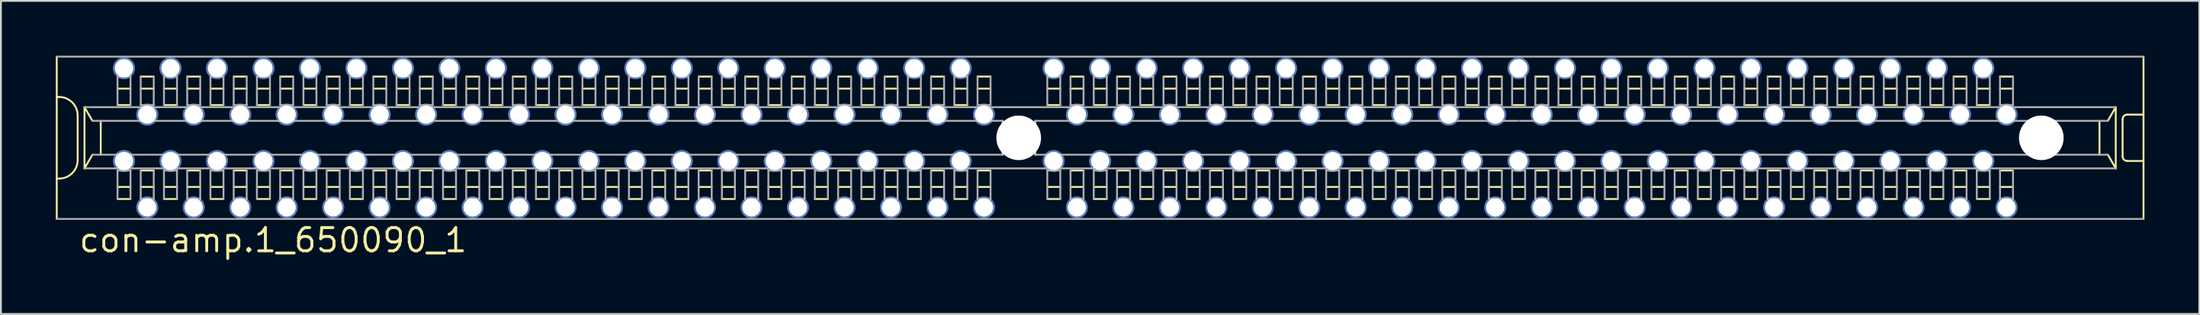
<source format=kicad_pcb>
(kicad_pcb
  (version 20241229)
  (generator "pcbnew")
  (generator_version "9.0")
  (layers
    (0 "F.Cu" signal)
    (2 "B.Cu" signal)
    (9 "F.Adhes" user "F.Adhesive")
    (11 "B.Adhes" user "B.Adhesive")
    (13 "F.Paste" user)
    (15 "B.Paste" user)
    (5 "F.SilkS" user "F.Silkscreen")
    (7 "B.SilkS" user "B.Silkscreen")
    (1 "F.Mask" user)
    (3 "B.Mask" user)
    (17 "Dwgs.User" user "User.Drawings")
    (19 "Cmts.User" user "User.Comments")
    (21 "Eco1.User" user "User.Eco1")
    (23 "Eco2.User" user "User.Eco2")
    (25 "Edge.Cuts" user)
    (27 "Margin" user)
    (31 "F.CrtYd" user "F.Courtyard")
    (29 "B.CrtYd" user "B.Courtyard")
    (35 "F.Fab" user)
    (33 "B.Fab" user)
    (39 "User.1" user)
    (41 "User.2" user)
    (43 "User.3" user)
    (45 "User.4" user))
  (footprint "con-amp.1_650090_1"
    (layer "F.Cu")
    (at 3.726 4.498)
    (property "Reference" "con-amp.1_650090_1" (at -2.54 6.35 0) (layer "F.SilkS") (effects (font (size 1.27 1.27) (thickness 0.16)) (justify left bottom)))
    (attr through_hole)
    (fp_line (start -3.675 -2.238) (end -3.675 -4.447) (stroke (width 0.102) (type default)) (layer "F.SilkS"))
    (fp_line (start -3.675 -2.238) (end -3.548 -2.238) (stroke (width 0.102) (type default)) (layer "F.SilkS"))
    (fp_line (start -3.675 2.233) (end -3.675 -2.238) (stroke (width 0.102) (type default)) (layer "F.SilkS"))
    (fp_line (start -3.675 2.233) (end -3.548 2.233) (stroke (width 0.102) (type default)) (layer "F.SilkS"))
    (fp_line (start -3.675 4.442) (end -3.675 2.233) (stroke (width 0.102) (type default)) (layer "F.SilkS"))
    (fp_line (start -2.532 1.217) (end -2.532 -1.222) (stroke (width 0.102) (type default)) (layer "F.SilkS"))
    (fp_line (start -2.159 -1.679) (end -2.159 1.674) (stroke (width 0.102) (type default)) (layer "F.SilkS"))
    (fp_line (start -2.159 -1.679) (end -1.726 -0.93) (stroke (width 0.102) (type default)) (layer "F.SilkS"))
    (fp_line (start -2.159 1.674) (end -1.726 0.925) (stroke (width 0.102) (type default)) (layer "F.SilkS"))
    (fp_line (start -1.27 0.925) (end -1.27 -0.93) (stroke (width 0.102) (type default)) (layer "F.SilkS"))
    (fp_line (start -0.355 -2.695) (end 0.355 -2.695) (stroke (width 0.102) (type default)) (layer "F.SilkS"))
    (fp_line (start -0.355 2.69) (end 0.355 2.69) (stroke (width 0.102) (type default)) (layer "F.SilkS"))
    (fp_line (start 0.355 -1.793) (end -0.355 -1.793) (stroke (width 0.102) (type default)) (layer "F.SilkS"))
    (fp_line (start 0.355 3.35) (end -0.355 3.35) (stroke (width 0.102) (type default)) (layer "F.SilkS"))
    (fp_line (start 0.914 -2.695) (end 1.625 -2.695) (stroke (width 0.102) (type default)) (layer "F.SilkS"))
    (fp_line (start 0.914 2.69) (end 1.625 2.69) (stroke (width 0.102) (type default)) (layer "F.SilkS"))
    (fp_line (start 1.625 -3.355) (end 0.914 -3.355) (stroke (width 0.102) (type default)) (layer "F.SilkS"))
    (fp_line (start 1.625 1.788) (end 0.914 1.788) (stroke (width 0.102) (type default)) (layer "F.SilkS"))
    (fp_line (start 2.184 -2.695) (end 2.896 -2.695) (stroke (width 0.102) (type default)) (layer "F.SilkS"))
    (fp_line (start 2.184 2.69) (end 2.896 2.69) (stroke (width 0.102) (type default)) (layer "F.SilkS"))
    (fp_line (start 2.896 -1.793) (end 2.184 -1.793) (stroke (width 0.102) (type default)) (layer "F.SilkS"))
    (fp_line (start 2.896 3.35) (end 2.184 3.35) (stroke (width 0.102) (type default)) (layer "F.SilkS"))
    (fp_line (start 3.454 -2.695) (end 4.165 -2.695) (stroke (width 0.102) (type default)) (layer "F.SilkS"))
    (fp_line (start 3.454 2.69) (end 4.165 2.69) (stroke (width 0.102) (type default)) (layer "F.SilkS"))
    (fp_line (start 4.165 -3.355) (end 3.454 -3.355) (stroke (width 0.102) (type default)) (layer "F.SilkS"))
    (fp_line (start 4.165 1.788) (end 3.454 1.788) (stroke (width 0.102) (type default)) (layer "F.SilkS"))
    (fp_line (start 4.724 -2.695) (end 5.436 -2.695) (stroke (width 0.102) (type default)) (layer "F.SilkS"))
    (fp_line (start 4.724 2.69) (end 5.436 2.69) (stroke (width 0.102) (type default)) (layer "F.SilkS"))
    (fp_line (start 5.436 -1.793) (end 4.724 -1.793) (stroke (width 0.102) (type default)) (layer "F.SilkS"))
    (fp_line (start 5.436 3.35) (end 4.724 3.35) (stroke (width 0.102) (type default)) (layer "F.SilkS"))
    (fp_line (start 5.995 -2.695) (end 6.705 -2.695) (stroke (width 0.102) (type default)) (layer "F.SilkS"))
    (fp_line (start 5.995 2.69) (end 6.705 2.69) (stroke (width 0.102) (type default)) (layer "F.SilkS"))
    (fp_line (start 6.705 -3.355) (end 5.995 -3.355) (stroke (width 0.102) (type default)) (layer "F.SilkS"))
    (fp_line (start 6.705 1.788) (end 5.995 1.788) (stroke (width 0.102) (type default)) (layer "F.SilkS"))
    (fp_line (start 7.264 -2.695) (end 7.976 -2.695) (stroke (width 0.102) (type default)) (layer "F.SilkS"))
    (fp_line (start 7.264 2.69) (end 7.976 2.69) (stroke (width 0.102) (type default)) (layer "F.SilkS"))
    (fp_line (start 7.976 -1.793) (end 7.264 -1.793) (stroke (width 0.102) (type default)) (layer "F.SilkS"))
    (fp_line (start 7.976 3.35) (end 7.264 3.35) (stroke (width 0.102) (type default)) (layer "F.SilkS"))
    (fp_line (start 8.534 -2.695) (end 9.245 -2.695) (stroke (width 0.102) (type default)) (layer "F.SilkS"))
    (fp_line (start 8.534 2.69) (end 9.245 2.69) (stroke (width 0.102) (type default)) (layer "F.SilkS"))
    (fp_line (start 9.245 -3.355) (end 8.534 -3.355) (stroke (width 0.102) (type default)) (layer "F.SilkS"))
    (fp_line (start 9.245 1.788) (end 8.534 1.788) (stroke (width 0.102) (type default)) (layer "F.SilkS"))
    (fp_line (start 9.805 -2.695) (end 10.515 -2.695) (stroke (width 0.102) (type default)) (layer "F.SilkS"))
    (fp_line (start 9.805 2.69) (end 10.515 2.69) (stroke (width 0.102) (type default)) (layer "F.SilkS"))
    (fp_line (start 10.515 -1.793) (end 9.805 -1.793) (stroke (width 0.102) (type default)) (layer "F.SilkS"))
    (fp_line (start 10.515 3.35) (end 9.805 3.35) (stroke (width 0.102) (type default)) (layer "F.SilkS"))
    (fp_line (start 11.075 -2.695) (end 11.786 -2.695) (stroke (width 0.102) (type default)) (layer "F.SilkS"))
    (fp_line (start 11.075 2.69) (end 11.786 2.69) (stroke (width 0.102) (type default)) (layer "F.SilkS"))
    (fp_line (start 11.786 -3.355) (end 11.075 -3.355) (stroke (width 0.102) (type default)) (layer "F.SilkS"))
    (fp_line (start 11.786 1.788) (end 11.075 1.788) (stroke (width 0.102) (type default)) (layer "F.SilkS"))
    (fp_line (start 12.345 -2.695) (end 13.056 -2.695) (stroke (width 0.102) (type default)) (layer "F.SilkS"))
    (fp_line (start 12.345 2.69) (end 13.056 2.69) (stroke (width 0.102) (type default)) (layer "F.SilkS"))
    (fp_line (start 13.056 -1.793) (end 12.345 -1.793) (stroke (width 0.102) (type default)) (layer "F.SilkS"))
    (fp_line (start 13.056 3.35) (end 12.345 3.35) (stroke (width 0.102) (type default)) (layer "F.SilkS"))
    (fp_line (start 13.623 -2.695) (end 14.334 -2.695) (stroke (width 0.102) (type default)) (layer "F.SilkS"))
    (fp_line (start 13.623 2.69) (end 14.334 2.69) (stroke (width 0.102) (type default)) (layer "F.SilkS"))
    (fp_line (start 14.334 -3.355) (end 13.623 -3.355) (stroke (width 0.102) (type default)) (layer "F.SilkS"))
    (fp_line (start 14.334 1.788) (end 13.623 1.788) (stroke (width 0.102) (type default)) (layer "F.SilkS"))
    (fp_line (start 14.893 -2.695) (end 15.604 -2.695) (stroke (width 0.102) (type default)) (layer "F.SilkS"))
    (fp_line (start 14.893 2.69) (end 15.604 2.69) (stroke (width 0.102) (type default)) (layer "F.SilkS"))
    (fp_line (start 15.604 -1.793) (end 14.893 -1.793) (stroke (width 0.102) (type default)) (layer "F.SilkS"))
    (fp_line (start 15.604 3.35) (end 14.893 3.35) (stroke (width 0.102) (type default)) (layer "F.SilkS"))
    (fp_line (start 16.163 -2.695) (end 16.873 -2.695) (stroke (width 0.102) (type default)) (layer "F.SilkS"))
    (fp_line (start 16.163 2.69) (end 16.873 2.69) (stroke (width 0.102) (type default)) (layer "F.SilkS"))
    (fp_line (start 16.873 -3.355) (end 16.163 -3.355) (stroke (width 0.102) (type default)) (layer "F.SilkS"))
    (fp_line (start 16.873 1.788) (end 16.163 1.788) (stroke (width 0.102) (type default)) (layer "F.SilkS"))
    (fp_line (start 17.433 -2.695) (end 18.143 -2.695) (stroke (width 0.102) (type default)) (layer "F.SilkS"))
    (fp_line (start 17.433 2.69) (end 18.143 2.69) (stroke (width 0.102) (type default)) (layer "F.SilkS"))
    (fp_line (start 18.143 -1.793) (end 17.433 -1.793) (stroke (width 0.102) (type default)) (layer "F.SilkS"))
    (fp_line (start 18.143 3.35) (end 17.433 3.35) (stroke (width 0.102) (type default)) (layer "F.SilkS"))
    (fp_line (start 18.703 -2.695) (end 19.413 -2.695) (stroke (width 0.102) (type default)) (layer "F.SilkS"))
    (fp_line (start 18.703 2.69) (end 19.413 2.69) (stroke (width 0.102) (type default)) (layer "F.SilkS"))
    (fp_line (start 19.413 -3.355) (end 18.703 -3.355) (stroke (width 0.102) (type default)) (layer "F.SilkS"))
    (fp_line (start 19.413 1.788) (end 18.703 1.788) (stroke (width 0.102) (type default)) (layer "F.SilkS"))
    (fp_line (start 19.973 -2.695) (end 20.683 -2.695) (stroke (width 0.102) (type default)) (layer "F.SilkS"))
    (fp_line (start 19.973 2.69) (end 20.683 2.69) (stroke (width 0.102) (type default)) (layer "F.SilkS"))
    (fp_line (start 20.683 -1.793) (end 19.973 -1.793) (stroke (width 0.102) (type default)) (layer "F.SilkS"))
    (fp_line (start 20.683 3.35) (end 19.973 3.35) (stroke (width 0.102) (type default)) (layer "F.SilkS"))
    (fp_line (start 21.242 -2.695) (end 21.953 -2.695) (stroke (width 0.102) (type default)) (layer "F.SilkS"))
    (fp_line (start 21.242 2.69) (end 21.953 2.69) (stroke (width 0.102) (type default)) (layer "F.SilkS"))
    (fp_line (start 21.953 -3.355) (end 21.242 -3.355) (stroke (width 0.102) (type default)) (layer "F.SilkS"))
    (fp_line (start 21.953 1.788) (end 21.242 1.788) (stroke (width 0.102) (type default)) (layer "F.SilkS"))
    (fp_line (start 22.512 -2.695) (end 23.224 -2.695) (stroke (width 0.102) (type default)) (layer "F.SilkS"))
    (fp_line (start 22.512 2.69) (end 23.224 2.69) (stroke (width 0.102) (type default)) (layer "F.SilkS"))
    (fp_line (start 23.224 -1.793) (end 22.512 -1.793) (stroke (width 0.102) (type default)) (layer "F.SilkS"))
    (fp_line (start 23.224 3.35) (end 22.512 3.35) (stroke (width 0.102) (type default)) (layer "F.SilkS"))
    (fp_line (start 23.782 -2.695) (end 24.494 -2.695) (stroke (width 0.102) (type default)) (layer "F.SilkS"))
    (fp_line (start 23.782 2.69) (end 24.494 2.69) (stroke (width 0.102) (type default)) (layer "F.SilkS"))
    (fp_line (start 24.494 -3.355) (end 23.782 -3.355) (stroke (width 0.102) (type default)) (layer "F.SilkS"))
    (fp_line (start 24.494 1.788) (end 23.782 1.788) (stroke (width 0.102) (type default)) (layer "F.SilkS"))
    (fp_line (start 25.052 -2.695) (end 25.764 -2.695) (stroke (width 0.102) (type default)) (layer "F.SilkS"))
    (fp_line (start 25.052 2.69) (end 25.764 2.69) (stroke (width 0.102) (type default)) (layer "F.SilkS"))
    (fp_line (start 25.764 -1.793) (end 25.052 -1.793) (stroke (width 0.102) (type default)) (layer "F.SilkS"))
    (fp_line (start 25.764 3.35) (end 25.052 3.35) (stroke (width 0.102) (type default)) (layer "F.SilkS"))
    (fp_line (start 26.323 -2.695) (end 27.034 -2.695) (stroke (width 0.102) (type default)) (layer "F.SilkS"))
    (fp_line (start 26.323 2.69) (end 27.034 2.69) (stroke (width 0.102) (type default)) (layer "F.SilkS"))
    (fp_line (start 27.034 -3.355) (end 26.323 -3.355) (stroke (width 0.102) (type default)) (layer "F.SilkS"))
    (fp_line (start 27.034 1.788) (end 26.323 1.788) (stroke (width 0.102) (type default)) (layer "F.SilkS"))
    (fp_line (start 27.593 -2.695) (end 28.303 -2.695) (stroke (width 0.102) (type default)) (layer "F.SilkS"))
    (fp_line (start 27.593 2.69) (end 28.303 2.69) (stroke (width 0.102) (type default)) (layer "F.SilkS"))
    (fp_line (start 28.303 -1.793) (end 27.593 -1.793) (stroke (width 0.102) (type default)) (layer "F.SilkS"))
    (fp_line (start 28.303 3.35) (end 27.593 3.35) (stroke (width 0.102) (type default)) (layer "F.SilkS"))
    (fp_line (start 28.863 -2.695) (end 29.573 -2.695) (stroke (width 0.102) (type default)) (layer "F.SilkS"))
    (fp_line (start 28.863 2.69) (end 29.573 2.69) (stroke (width 0.102) (type default)) (layer "F.SilkS"))
    (fp_line (start 29.573 -3.355) (end 28.863 -3.355) (stroke (width 0.102) (type default)) (layer "F.SilkS"))
    (fp_line (start 29.573 1.788) (end 28.863 1.788) (stroke (width 0.102) (type default)) (layer "F.SilkS"))
    (fp_line (start 30.133 -2.695) (end 30.843 -2.695) (stroke (width 0.102) (type default)) (layer "F.SilkS"))
    (fp_line (start 30.133 2.69) (end 30.843 2.69) (stroke (width 0.102) (type default)) (layer "F.SilkS"))
    (fp_line (start 30.843 -1.793) (end 30.133 -1.793) (stroke (width 0.102) (type default)) (layer "F.SilkS"))
    (fp_line (start 30.843 3.35) (end 30.133 3.35) (stroke (width 0.102) (type default)) (layer "F.SilkS"))
    (fp_line (start 31.402 -2.695) (end 32.114 -2.695) (stroke (width 0.102) (type default)) (layer "F.SilkS"))
    (fp_line (start 31.402 2.69) (end 32.114 2.69) (stroke (width 0.102) (type default)) (layer "F.SilkS"))
    (fp_line (start 32.114 -3.355) (end 31.402 -3.355) (stroke (width 0.102) (type default)) (layer "F.SilkS"))
    (fp_line (start 32.114 1.788) (end 31.402 1.788) (stroke (width 0.102) (type default)) (layer "F.SilkS"))
    (fp_line (start 32.672 -2.695) (end 33.383 -2.695) (stroke (width 0.102) (type default)) (layer "F.SilkS"))
    (fp_line (start 32.672 2.69) (end 33.383 2.69) (stroke (width 0.102) (type default)) (layer "F.SilkS"))
    (fp_line (start 33.383 -1.793) (end 32.672 -1.793) (stroke (width 0.102) (type default)) (layer "F.SilkS"))
    (fp_line (start 33.383 3.35) (end 32.672 3.35) (stroke (width 0.102) (type default)) (layer "F.SilkS"))
    (fp_line (start 33.943 -2.695) (end 34.654 -2.695) (stroke (width 0.102) (type default)) (layer "F.SilkS"))
    (fp_line (start 33.943 2.69) (end 34.654 2.69) (stroke (width 0.102) (type default)) (layer "F.SilkS"))
    (fp_line (start 34.654 -3.355) (end 33.943 -3.355) (stroke (width 0.102) (type default)) (layer "F.SilkS"))
    (fp_line (start 34.654 1.788) (end 33.943 1.788) (stroke (width 0.102) (type default)) (layer "F.SilkS"))
    (fp_line (start 35.212 -2.695) (end 35.923 -2.695) (stroke (width 0.102) (type default)) (layer "F.SilkS"))
    (fp_line (start 35.212 2.69) (end 35.923 2.69) (stroke (width 0.102) (type default)) (layer "F.SilkS"))
    (fp_line (start 35.923 -1.793) (end 35.212 -1.793) (stroke (width 0.102) (type default)) (layer "F.SilkS"))
    (fp_line (start 35.923 3.35) (end 35.212 3.35) (stroke (width 0.102) (type default)) (layer "F.SilkS"))
    (fp_line (start 36.483 -2.695) (end 37.194 -2.695) (stroke (width 0.102) (type default)) (layer "F.SilkS"))
    (fp_line (start 36.483 2.69) (end 37.194 2.69) (stroke (width 0.102) (type default)) (layer "F.SilkS"))
    (fp_line (start 37.194 -3.355) (end 36.483 -3.355) (stroke (width 0.102) (type default)) (layer "F.SilkS"))
    (fp_line (start 37.194 1.788) (end 36.483 1.788) (stroke (width 0.102) (type default)) (layer "F.SilkS"))
    (fp_line (start 37.752 -2.695) (end 38.464 -2.695) (stroke (width 0.102) (type default)) (layer "F.SilkS"))
    (fp_line (start 37.752 2.69) (end 38.464 2.69) (stroke (width 0.102) (type default)) (layer "F.SilkS"))
    (fp_line (start 38.464 -1.793) (end 37.752 -1.793) (stroke (width 0.102) (type default)) (layer "F.SilkS"))
    (fp_line (start 38.464 3.35) (end 37.752 3.35) (stroke (width 0.102) (type default)) (layer "F.SilkS"))
    (fp_line (start 39.023 -2.695) (end 39.733 -2.695) (stroke (width 0.102) (type default)) (layer "F.SilkS"))
    (fp_line (start 39.023 2.69) (end 39.733 2.69) (stroke (width 0.102) (type default)) (layer "F.SilkS"))
    (fp_line (start 39.733 -3.355) (end 39.023 -3.355) (stroke (width 0.102) (type default)) (layer "F.SilkS"))
    (fp_line (start 39.733 1.788) (end 39.023 1.788) (stroke (width 0.102) (type default)) (layer "F.SilkS"))
    (fp_line (start 40.292 -2.695) (end 41.004 -2.695) (stroke (width 0.102) (type default)) (layer "F.SilkS"))
    (fp_line (start 40.292 2.69) (end 41.004 2.69) (stroke (width 0.102) (type default)) (layer "F.SilkS"))
    (fp_line (start 41.004 -1.793) (end 40.292 -1.793) (stroke (width 0.102) (type default)) (layer "F.SilkS"))
    (fp_line (start 41.004 3.35) (end 40.292 3.35) (stroke (width 0.102) (type default)) (layer "F.SilkS"))
    (fp_line (start 41.562 -2.695) (end 42.273 -2.695) (stroke (width 0.102) (type default)) (layer "F.SilkS"))
    (fp_line (start 41.562 2.69) (end 42.273 2.69) (stroke (width 0.102) (type default)) (layer "F.SilkS"))
    (fp_line (start 42.273 -3.355) (end 41.562 -3.355) (stroke (width 0.102) (type default)) (layer "F.SilkS"))
    (fp_line (start 42.273 1.788) (end 41.562 1.788) (stroke (width 0.102) (type default)) (layer "F.SilkS"))
    (fp_line (start 42.833 -2.695) (end 43.544 -2.695) (stroke (width 0.102) (type default)) (layer "F.SilkS"))
    (fp_line (start 42.833 2.69) (end 43.544 2.69) (stroke (width 0.102) (type default)) (layer "F.SilkS"))
    (fp_line (start 43.544 -1.793) (end 42.833 -1.793) (stroke (width 0.102) (type default)) (layer "F.SilkS"))
    (fp_line (start 43.544 3.35) (end 42.833 3.35) (stroke (width 0.102) (type default)) (layer "F.SilkS"))
    (fp_line (start 44.102 -2.695) (end 44.813 -2.695) (stroke (width 0.102) (type default)) (layer "F.SilkS"))
    (fp_line (start 44.102 2.69) (end 44.813 2.69) (stroke (width 0.102) (type default)) (layer "F.SilkS"))
    (fp_line (start 44.813 -3.355) (end 44.102 -3.355) (stroke (width 0.102) (type default)) (layer "F.SilkS"))
    (fp_line (start 44.813 1.788) (end 44.102 1.788) (stroke (width 0.102) (type default)) (layer "F.SilkS"))
    (fp_line (start 45.373 -2.695) (end 46.084 -2.695) (stroke (width 0.102) (type default)) (layer "F.SilkS"))
    (fp_line (start 45.373 2.69) (end 46.084 2.69) (stroke (width 0.102) (type default)) (layer "F.SilkS"))
    (fp_line (start 46.084 -1.793) (end 45.373 -1.793) (stroke (width 0.102) (type default)) (layer "F.SilkS"))
    (fp_line (start 46.084 3.35) (end 45.373 3.35) (stroke (width 0.102) (type default)) (layer "F.SilkS"))
    (fp_line (start 46.642 -2.695) (end 47.353 -2.695) (stroke (width 0.102) (type default)) (layer "F.SilkS"))
    (fp_line (start 46.642 2.69) (end 47.353 2.69) (stroke (width 0.102) (type default)) (layer "F.SilkS"))
    (fp_line (start 47.353 -3.355) (end 46.642 -3.355) (stroke (width 0.102) (type default)) (layer "F.SilkS"))
    (fp_line (start 47.353 1.788) (end 46.642 1.788) (stroke (width 0.102) (type default)) (layer "F.SilkS"))
    (fp_line (start 48.014 -0.93) (end 48.014 0.925) (stroke (width 0.102) (type default)) (layer "F.SilkS"))
    (fp_line (start 49.792 -0.93) (end 49.792 0.925) (stroke (width 0.102) (type default)) (layer "F.SilkS"))
    (fp_line (start 50.453 -2.695) (end 51.163 -2.695) (stroke (width 0.102) (type default)) (layer "F.SilkS"))
    (fp_line (start 50.453 2.69) (end 51.163 2.69) (stroke (width 0.102) (type default)) (layer "F.SilkS"))
    (fp_line (start 51.163 -1.793) (end 50.453 -1.793) (stroke (width 0.102) (type default)) (layer "F.SilkS"))
    (fp_line (start 51.163 3.35) (end 50.453 3.35) (stroke (width 0.102) (type default)) (layer "F.SilkS"))
    (fp_line (start 51.722 -2.695) (end 52.434 -2.695) (stroke (width 0.102) (type default)) (layer "F.SilkS"))
    (fp_line (start 51.722 2.69) (end 52.434 2.69) (stroke (width 0.102) (type default)) (layer "F.SilkS"))
    (fp_line (start 52.434 -3.355) (end 51.722 -3.355) (stroke (width 0.102) (type default)) (layer "F.SilkS"))
    (fp_line (start 52.434 1.788) (end 51.722 1.788) (stroke (width 0.102) (type default)) (layer "F.SilkS"))
    (fp_line (start 52.992 -2.695) (end 53.703 -2.695) (stroke (width 0.102) (type default)) (layer "F.SilkS"))
    (fp_line (start 52.992 2.69) (end 53.703 2.69) (stroke (width 0.102) (type default)) (layer "F.SilkS"))
    (fp_line (start 53.703 -1.793) (end 52.992 -1.793) (stroke (width 0.102) (type default)) (layer "F.SilkS"))
    (fp_line (start 53.703 3.35) (end 52.992 3.35) (stroke (width 0.102) (type default)) (layer "F.SilkS"))
    (fp_line (start 54.263 -2.695) (end 54.974 -2.695) (stroke (width 0.102) (type default)) (layer "F.SilkS"))
    (fp_line (start 54.263 2.69) (end 54.974 2.69) (stroke (width 0.102) (type default)) (layer "F.SilkS"))
    (fp_line (start 54.974 -3.355) (end 54.263 -3.355) (stroke (width 0.102) (type default)) (layer "F.SilkS"))
    (fp_line (start 54.974 1.788) (end 54.263 1.788) (stroke (width 0.102) (type default)) (layer "F.SilkS"))
    (fp_line (start 55.532 -2.695) (end 56.243 -2.695) (stroke (width 0.102) (type default)) (layer "F.SilkS"))
    (fp_line (start 55.532 2.69) (end 56.243 2.69) (stroke (width 0.102) (type default)) (layer "F.SilkS"))
    (fp_line (start 56.243 -1.793) (end 55.532 -1.793) (stroke (width 0.102) (type default)) (layer "F.SilkS"))
    (fp_line (start 56.243 3.35) (end 55.532 3.35) (stroke (width 0.102) (type default)) (layer "F.SilkS"))
    (fp_line (start 56.803 -2.695) (end 57.514 -2.695) (stroke (width 0.102) (type default)) (layer "F.SilkS"))
    (fp_line (start 56.803 2.69) (end 57.514 2.69) (stroke (width 0.102) (type default)) (layer "F.SilkS"))
    (fp_line (start 57.514 -3.355) (end 56.803 -3.355) (stroke (width 0.102) (type default)) (layer "F.SilkS"))
    (fp_line (start 57.514 1.788) (end 56.803 1.788) (stroke (width 0.102) (type default)) (layer "F.SilkS"))
    (fp_line (start 58.072 -2.695) (end 58.783 -2.695) (stroke (width 0.102) (type default)) (layer "F.SilkS"))
    (fp_line (start 58.072 2.69) (end 58.783 2.69) (stroke (width 0.102) (type default)) (layer "F.SilkS"))
    (fp_line (start 58.783 -1.793) (end 58.072 -1.793) (stroke (width 0.102) (type default)) (layer "F.SilkS"))
    (fp_line (start 58.783 3.35) (end 58.072 3.35) (stroke (width 0.102) (type default)) (layer "F.SilkS"))
    (fp_line (start 59.343 -2.695) (end 60.053 -2.695) (stroke (width 0.102) (type default)) (layer "F.SilkS"))
    (fp_line (start 59.343 2.69) (end 60.053 2.69) (stroke (width 0.102) (type default)) (layer "F.SilkS"))
    (fp_line (start 60.053 -3.355) (end 59.343 -3.355) (stroke (width 0.102) (type default)) (layer "F.SilkS"))
    (fp_line (start 60.053 1.788) (end 59.343 1.788) (stroke (width 0.102) (type default)) (layer "F.SilkS"))
    (fp_line (start 60.612 -2.695) (end 61.324 -2.695) (stroke (width 0.102) (type default)) (layer "F.SilkS"))
    (fp_line (start 60.612 2.69) (end 61.324 2.69) (stroke (width 0.102) (type default)) (layer "F.SilkS"))
    (fp_line (start 61.324 -1.793) (end 60.612 -1.793) (stroke (width 0.102) (type default)) (layer "F.SilkS"))
    (fp_line (start 61.324 3.35) (end 60.612 3.35) (stroke (width 0.102) (type default)) (layer "F.SilkS"))
    (fp_line (start 61.883 -2.695) (end 62.593 -2.695) (stroke (width 0.102) (type default)) (layer "F.SilkS"))
    (fp_line (start 61.883 2.69) (end 62.593 2.69) (stroke (width 0.102) (type default)) (layer "F.SilkS"))
    (fp_line (start 62.593 -3.355) (end 61.883 -3.355) (stroke (width 0.102) (type default)) (layer "F.SilkS"))
    (fp_line (start 62.593 1.788) (end 61.883 1.788) (stroke (width 0.102) (type default)) (layer "F.SilkS"))
    (fp_line (start 63.153 -2.695) (end 63.864 -2.695) (stroke (width 0.102) (type default)) (layer "F.SilkS"))
    (fp_line (start 63.153 2.69) (end 63.864 2.69) (stroke (width 0.102) (type default)) (layer "F.SilkS"))
    (fp_line (start 63.864 -1.793) (end 63.153 -1.793) (stroke (width 0.102) (type default)) (layer "F.SilkS"))
    (fp_line (start 63.864 3.35) (end 63.153 3.35) (stroke (width 0.102) (type default)) (layer "F.SilkS"))
    (fp_line (start 64.422 -2.695) (end 65.133 -2.695) (stroke (width 0.102) (type default)) (layer "F.SilkS"))
    (fp_line (start 64.422 2.69) (end 65.133 2.69) (stroke (width 0.102) (type default)) (layer "F.SilkS"))
    (fp_line (start 65.133 -3.355) (end 64.422 -3.355) (stroke (width 0.102) (type default)) (layer "F.SilkS"))
    (fp_line (start 65.133 1.788) (end 64.422 1.788) (stroke (width 0.102) (type default)) (layer "F.SilkS"))
    (fp_line (start 65.692 -2.695) (end 66.403 -2.695) (stroke (width 0.102) (type default)) (layer "F.SilkS"))
    (fp_line (start 65.692 2.69) (end 66.403 2.69) (stroke (width 0.102) (type default)) (layer "F.SilkS"))
    (fp_line (start 66.403 -1.793) (end 65.692 -1.793) (stroke (width 0.102) (type default)) (layer "F.SilkS"))
    (fp_line (start 66.403 3.35) (end 65.692 3.35) (stroke (width 0.102) (type default)) (layer "F.SilkS"))
    (fp_line (start 66.963 -2.695) (end 67.674 -2.695) (stroke (width 0.102) (type default)) (layer "F.SilkS"))
    (fp_line (start 66.963 2.69) (end 67.674 2.69) (stroke (width 0.102) (type default)) (layer "F.SilkS"))
    (fp_line (start 67.674 -3.355) (end 66.963 -3.355) (stroke (width 0.102) (type default)) (layer "F.SilkS"))
    (fp_line (start 67.674 1.788) (end 66.963 1.788) (stroke (width 0.102) (type default)) (layer "F.SilkS"))
    (fp_line (start 68.233 -2.695) (end 68.944 -2.695) (stroke (width 0.102) (type default)) (layer "F.SilkS"))
    (fp_line (start 68.233 2.69) (end 68.944 2.69) (stroke (width 0.102) (type default)) (layer "F.SilkS"))
    (fp_line (start 68.944 -1.793) (end 68.233 -1.793) (stroke (width 0.102) (type default)) (layer "F.SilkS"))
    (fp_line (start 68.944 3.35) (end 68.233 3.35) (stroke (width 0.102) (type default)) (layer "F.SilkS"))
    (fp_line (start 69.502 -2.695) (end 70.213 -2.695) (stroke (width 0.102) (type default)) (layer "F.SilkS"))
    (fp_line (start 69.502 2.69) (end 70.213 2.69) (stroke (width 0.102) (type default)) (layer "F.SilkS"))
    (fp_line (start 70.213 -3.355) (end 69.502 -3.355) (stroke (width 0.102) (type default)) (layer "F.SilkS"))
    (fp_line (start 70.213 1.788) (end 69.502 1.788) (stroke (width 0.102) (type default)) (layer "F.SilkS"))
    (fp_line (start 70.772 -2.695) (end 71.484 -2.695) (stroke (width 0.102) (type default)) (layer "F.SilkS"))
    (fp_line (start 70.772 2.69) (end 71.484 2.69) (stroke (width 0.102) (type default)) (layer "F.SilkS"))
    (fp_line (start 71.484 -1.793) (end 70.772 -1.793) (stroke (width 0.102) (type default)) (layer "F.SilkS"))
    (fp_line (start 71.484 3.35) (end 70.772 3.35) (stroke (width 0.102) (type default)) (layer "F.SilkS"))
    (fp_line (start 72.043 -2.695) (end 72.754 -2.695) (stroke (width 0.102) (type default)) (layer "F.SilkS"))
    (fp_line (start 72.043 2.69) (end 72.754 2.69) (stroke (width 0.102) (type default)) (layer "F.SilkS"))
    (fp_line (start 72.754 -3.355) (end 72.043 -3.355) (stroke (width 0.102) (type default)) (layer "F.SilkS"))
    (fp_line (start 72.754 1.788) (end 72.043 1.788) (stroke (width 0.102) (type default)) (layer "F.SilkS"))
    (fp_line (start 73.312 -2.695) (end 74.023 -2.695) (stroke (width 0.102) (type default)) (layer "F.SilkS"))
    (fp_line (start 73.312 2.69) (end 74.023 2.69) (stroke (width 0.102) (type default)) (layer "F.SilkS"))
    (fp_line (start 74.023 -1.793) (end 73.312 -1.793) (stroke (width 0.102) (type default)) (layer "F.SilkS"))
    (fp_line (start 74.023 3.35) (end 73.312 3.35) (stroke (width 0.102) (type default)) (layer "F.SilkS"))
    (fp_line (start 74.582 -2.695) (end 75.293 -2.695) (stroke (width 0.102) (type default)) (layer "F.SilkS"))
    (fp_line (start 74.582 2.69) (end 75.293 2.69) (stroke (width 0.102) (type default)) (layer "F.SilkS"))
    (fp_line (start 75.293 -3.355) (end 74.582 -3.355) (stroke (width 0.102) (type default)) (layer "F.SilkS"))
    (fp_line (start 75.293 1.788) (end 74.582 1.788) (stroke (width 0.102) (type default)) (layer "F.SilkS"))
    (fp_line (start 75.853 -2.695) (end 76.564 -2.695) (stroke (width 0.102) (type default)) (layer "F.SilkS"))
    (fp_line (start 75.853 2.69) (end 76.564 2.69) (stroke (width 0.102) (type default)) (layer "F.SilkS"))
    (fp_line (start 76.564 -1.793) (end 75.853 -1.793) (stroke (width 0.102) (type default)) (layer "F.SilkS"))
    (fp_line (start 76.564 3.35) (end 75.853 3.35) (stroke (width 0.102) (type default)) (layer "F.SilkS"))
    (fp_line (start 77.123 -2.695) (end 77.834 -2.695) (stroke (width 0.102) (type default)) (layer "F.SilkS"))
    (fp_line (start 77.123 2.69) (end 77.834 2.69) (stroke (width 0.102) (type default)) (layer "F.SilkS"))
    (fp_line (start 77.834 -3.355) (end 77.123 -3.355) (stroke (width 0.102) (type default)) (layer "F.SilkS"))
    (fp_line (start 77.834 1.788) (end 77.123 1.788) (stroke (width 0.102) (type default)) (layer "F.SilkS"))
    (fp_line (start 78.385 -2.695) (end 79.096 -2.695) (stroke (width 0.102) (type default)) (layer "F.SilkS"))
    (fp_line (start 78.385 2.69) (end 79.096 2.69) (stroke (width 0.102) (type default)) (layer "F.SilkS"))
    (fp_line (start 79.096 -1.793) (end 78.385 -1.793) (stroke (width 0.102) (type default)) (layer "F.SilkS"))
    (fp_line (start 79.096 3.35) (end 78.385 3.35) (stroke (width 0.102) (type default)) (layer "F.SilkS"))
    (fp_line (start 79.654 -2.695) (end 80.365 -2.695) (stroke (width 0.102) (type default)) (layer "F.SilkS"))
    (fp_line (start 79.654 2.69) (end 80.365 2.69) (stroke (width 0.102) (type default)) (layer "F.SilkS"))
    (fp_line (start 80.365 -3.355) (end 79.654 -3.355) (stroke (width 0.102) (type default)) (layer "F.SilkS"))
    (fp_line (start 80.365 1.788) (end 79.654 1.788) (stroke (width 0.102) (type default)) (layer "F.SilkS"))
    (fp_line (start 80.924 -2.695) (end 81.635 -2.695) (stroke (width 0.102) (type default)) (layer "F.SilkS"))
    (fp_line (start 80.924 2.69) (end 81.635 2.69) (stroke (width 0.102) (type default)) (layer "F.SilkS"))
    (fp_line (start 81.635 -1.793) (end 80.924 -1.793) (stroke (width 0.102) (type default)) (layer "F.SilkS"))
    (fp_line (start 81.635 3.35) (end 80.924 3.35) (stroke (width 0.102) (type default)) (layer "F.SilkS"))
    (fp_line (start 82.195 -2.695) (end 82.906 -2.695) (stroke (width 0.102) (type default)) (layer "F.SilkS"))
    (fp_line (start 82.195 2.69) (end 82.906 2.69) (stroke (width 0.102) (type default)) (layer "F.SilkS"))
    (fp_line (start 82.906 -3.355) (end 82.195 -3.355) (stroke (width 0.102) (type default)) (layer "F.SilkS"))
    (fp_line (start 82.906 1.788) (end 82.195 1.788) (stroke (width 0.102) (type default)) (layer "F.SilkS"))
    (fp_line (start 83.465 -2.695) (end 84.175 -2.695) (stroke (width 0.102) (type default)) (layer "F.SilkS"))
    (fp_line (start 83.465 2.69) (end 84.175 2.69) (stroke (width 0.102) (type default)) (layer "F.SilkS"))
    (fp_line (start 84.175 -1.793) (end 83.465 -1.793) (stroke (width 0.102) (type default)) (layer "F.SilkS"))
    (fp_line (start 84.175 3.35) (end 83.465 3.35) (stroke (width 0.102) (type default)) (layer "F.SilkS"))
    (fp_line (start 84.734 -2.695) (end 85.445 -2.695) (stroke (width 0.102) (type default)) (layer "F.SilkS"))
    (fp_line (start 84.734 2.69) (end 85.445 2.69) (stroke (width 0.102) (type default)) (layer "F.SilkS"))
    (fp_line (start 85.445 -3.355) (end 84.734 -3.355) (stroke (width 0.102) (type default)) (layer "F.SilkS"))
    (fp_line (start 85.445 1.788) (end 84.734 1.788) (stroke (width 0.102) (type default)) (layer "F.SilkS"))
    (fp_line (start 86.004 -2.695) (end 86.716 -2.695) (stroke (width 0.102) (type default)) (layer "F.SilkS"))
    (fp_line (start 86.004 2.69) (end 86.716 2.69) (stroke (width 0.102) (type default)) (layer "F.SilkS"))
    (fp_line (start 86.716 -1.793) (end 86.004 -1.793) (stroke (width 0.102) (type default)) (layer "F.SilkS"))
    (fp_line (start 86.716 3.35) (end 86.004 3.35) (stroke (width 0.102) (type default)) (layer "F.SilkS"))
    (fp_line (start 87.275 -2.695) (end 87.986 -2.695) (stroke (width 0.102) (type default)) (layer "F.SilkS"))
    (fp_line (start 87.275 2.69) (end 87.986 2.69) (stroke (width 0.102) (type default)) (layer "F.SilkS"))
    (fp_line (start 87.986 -3.355) (end 87.275 -3.355) (stroke (width 0.102) (type default)) (layer "F.SilkS"))
    (fp_line (start 87.986 1.788) (end 87.275 1.788) (stroke (width 0.102) (type default)) (layer "F.SilkS"))
    (fp_line (start 88.544 -2.695) (end 89.255 -2.695) (stroke (width 0.102) (type default)) (layer "F.SilkS"))
    (fp_line (start 88.544 2.69) (end 89.255 2.69) (stroke (width 0.102) (type default)) (layer "F.SilkS"))
    (fp_line (start 89.255 -1.793) (end 88.544 -1.793) (stroke (width 0.102) (type default)) (layer "F.SilkS"))
    (fp_line (start 89.255 3.35) (end 88.544 3.35) (stroke (width 0.102) (type default)) (layer "F.SilkS"))
    (fp_line (start 89.814 -2.695) (end 90.525 -2.695) (stroke (width 0.102) (type default)) (layer "F.SilkS"))
    (fp_line (start 89.814 2.69) (end 90.525 2.69) (stroke (width 0.102) (type default)) (layer "F.SilkS"))
    (fp_line (start 90.525 -3.355) (end 89.814 -3.355) (stroke (width 0.102) (type default)) (layer "F.SilkS"))
    (fp_line (start 90.525 1.788) (end 89.814 1.788) (stroke (width 0.102) (type default)) (layer "F.SilkS"))
    (fp_line (start 91.085 -2.695) (end 91.796 -2.695) (stroke (width 0.102) (type default)) (layer "F.SilkS"))
    (fp_line (start 91.085 2.69) (end 91.796 2.69) (stroke (width 0.102) (type default)) (layer "F.SilkS"))
    (fp_line (start 91.796 -1.793) (end 91.085 -1.793) (stroke (width 0.102) (type default)) (layer "F.SilkS"))
    (fp_line (start 91.796 3.35) (end 91.085 3.35) (stroke (width 0.102) (type default)) (layer "F.SilkS"))
    (fp_line (start 92.355 -2.695) (end 93.066 -2.695) (stroke (width 0.102) (type default)) (layer "F.SilkS"))
    (fp_line (start 92.355 2.69) (end 93.066 2.69) (stroke (width 0.102) (type default)) (layer "F.SilkS"))
    (fp_line (start 93.066 -3.355) (end 92.355 -3.355) (stroke (width 0.102) (type default)) (layer "F.SilkS"))
    (fp_line (start 93.066 1.788) (end 92.355 1.788) (stroke (width 0.102) (type default)) (layer "F.SilkS"))
    (fp_line (start 93.624 -2.695) (end 94.335 -2.695) (stroke (width 0.102) (type default)) (layer "F.SilkS"))
    (fp_line (start 93.624 2.69) (end 94.335 2.69) (stroke (width 0.102) (type default)) (layer "F.SilkS"))
    (fp_line (start 94.335 -1.793) (end 93.624 -1.793) (stroke (width 0.102) (type default)) (layer "F.SilkS"))
    (fp_line (start 94.335 3.35) (end 93.624 3.35) (stroke (width 0.102) (type default)) (layer "F.SilkS"))
    (fp_line (start 94.894 -2.695) (end 95.606 -2.695) (stroke (width 0.102) (type default)) (layer "F.SilkS"))
    (fp_line (start 94.894 2.69) (end 95.606 2.69) (stroke (width 0.102) (type default)) (layer "F.SilkS"))
    (fp_line (start 95.606 -3.355) (end 94.894 -3.355) (stroke (width 0.102) (type default)) (layer "F.SilkS"))
    (fp_line (start 95.606 1.788) (end 94.894 1.788) (stroke (width 0.102) (type default)) (layer "F.SilkS"))
    (fp_line (start 96.165 -2.695) (end 96.876 -2.695) (stroke (width 0.102) (type default)) (layer "F.SilkS"))
    (fp_line (start 96.165 2.69) (end 96.876 2.69) (stroke (width 0.102) (type default)) (layer "F.SilkS"))
    (fp_line (start 96.876 -1.793) (end 96.165 -1.793) (stroke (width 0.102) (type default)) (layer "F.SilkS"))
    (fp_line (start 96.876 3.35) (end 96.165 3.35) (stroke (width 0.102) (type default)) (layer "F.SilkS"))
    (fp_line (start 97.434 -2.695) (end 98.145 -2.695) (stroke (width 0.102) (type default)) (layer "F.SilkS"))
    (fp_line (start 97.434 2.69) (end 98.145 2.69) (stroke (width 0.102) (type default)) (layer "F.SilkS"))
    (fp_line (start 98.145 -3.355) (end 97.434 -3.355) (stroke (width 0.102) (type default)) (layer "F.SilkS"))
    (fp_line (start 98.145 1.788) (end 97.434 1.788) (stroke (width 0.102) (type default)) (layer "F.SilkS"))
    (fp_line (start 98.704 -2.695) (end 99.415 -2.695) (stroke (width 0.102) (type default)) (layer "F.SilkS"))
    (fp_line (start 98.704 2.69) (end 99.415 2.69) (stroke (width 0.102) (type default)) (layer "F.SilkS"))
    (fp_line (start 99.415 -1.793) (end 98.704 -1.793) (stroke (width 0.102) (type default)) (layer "F.SilkS"))
    (fp_line (start 99.415 3.35) (end 98.704 3.35) (stroke (width 0.102) (type default)) (layer "F.SilkS"))
    (fp_line (start 99.975 -2.695) (end 100.686 -2.695) (stroke (width 0.102) (type default)) (layer "F.SilkS"))
    (fp_line (start 99.975 2.69) (end 100.686 2.69) (stroke (width 0.102) (type default)) (layer "F.SilkS"))
    (fp_line (start 100.686 -3.355) (end 99.975 -3.355) (stroke (width 0.102) (type default)) (layer "F.SilkS"))
    (fp_line (start 100.686 1.788) (end 99.975 1.788) (stroke (width 0.102) (type default)) (layer "F.SilkS"))
    (fp_line (start 101.245 -2.695) (end 101.956 -2.695) (stroke (width 0.102) (type default)) (layer "F.SilkS"))
    (fp_line (start 101.245 2.69) (end 101.956 2.69) (stroke (width 0.102) (type default)) (layer "F.SilkS"))
    (fp_line (start 101.956 -1.793) (end 101.245 -1.793) (stroke (width 0.102) (type default)) (layer "F.SilkS"))
    (fp_line (start 101.956 3.35) (end 101.245 3.35) (stroke (width 0.102) (type default)) (layer "F.SilkS"))
    (fp_line (start 102.514 -2.695) (end 103.225 -2.695) (stroke (width 0.102) (type default)) (layer "F.SilkS"))
    (fp_line (start 102.514 2.69) (end 103.225 2.69) (stroke (width 0.102) (type default)) (layer "F.SilkS"))
    (fp_line (start 103.225 -3.355) (end 102.514 -3.355) (stroke (width 0.102) (type default)) (layer "F.SilkS"))
    (fp_line (start 103.225 1.788) (end 102.514 1.788) (stroke (width 0.102) (type default)) (layer "F.SilkS"))
    (fp_line (start 107.95 0.925) (end 107.95 -0.93) (stroke (width 0.102) (type default)) (layer "F.SilkS"))
    (fp_line (start 108.839 -1.679) (end 108.406 -0.93) (stroke (width 0.102) (type default)) (layer "F.SilkS"))
    (fp_line (start 108.839 -1.679) (end 108.839 1.674) (stroke (width 0.102) (type default)) (layer "F.SilkS"))
    (fp_line (start 108.839 1.674) (end 108.406 0.925) (stroke (width 0.102) (type default)) (layer "F.SilkS"))
    (fp_line (start 109.212 -1.018) (end 109.212 1.014) (stroke (width 0.102) (type default)) (layer "F.SilkS"))
    (fp_line (start 110.355 -1.272) (end 109.466 -1.272) (stroke (width 0.102) (type default)) (layer "F.SilkS"))
    (fp_line (start 110.355 1.268) (end 109.466 1.268) (stroke (width 0.102) (type default)) (layer "F.SilkS"))
    (fp_line (start 110.355 4.442) (end 110.355 -4.447) (stroke (width 0.102) (type default)) (layer "F.SilkS"))
    (fp_arc (start -3.548 -2.2377) (mid -2.82958 -1.94012) (end -2.532 -1.2217) (stroke (width 0.1016) (type default)) (layer "F.SilkS"))
    (fp_arc (start -2.532 1.2167) (mid -2.82958 1.93512) (end -3.548 2.2327) (stroke (width 0.1016) (type default)) (layer "F.SilkS"))
    (fp_arc (start 109.212 -1.0185) (mid 109.286395 -1.198105) (end 109.466 -1.2725) (stroke (width 0.1016) (type default)) (layer "F.SilkS"))
    (fp_arc (start 109.466 1.2675) (mid 109.286395 1.193105) (end 109.212 1.0135) (stroke (width 0.1016) (type default)) (layer "F.SilkS"))
    (fp_line (start -3.675 -4.447) (end 110.355 -4.447) (stroke (width 0.102) (type default)) (layer "F.Fab"))
    (fp_line (start -3.675 4.442) (end 110.355 4.442) (stroke (width 0.102) (type default)) (layer "F.Fab"))
    (fp_line (start -2.159 -1.679) (end 108.839 -1.679) (stroke (width 0.102) (type default)) (layer "F.Fab"))
    (fp_line (start -2.159 1.674) (end 108.839 1.674) (stroke (width 0.102) (type default)) (layer "F.Fab"))
    (fp_line (start -1.726 -0.93) (end 48.025 -0.93) (stroke (width 0.102) (type default)) (layer "F.Fab"))
    (fp_line (start -1.726 0.925) (end 48.025 0.925) (stroke (width 0.102) (type default)) (layer "F.Fab"))
    (fp_line (start -0.355 -3.355) (end -0.355 -1.793) (stroke (width 0.102) (type default)) (layer "F.Fab"))
    (fp_line (start -0.355 1.788) (end -0.355 3.35) (stroke (width 0.102) (type default)) (layer "F.Fab"))
    (fp_line (start 0.355 -3.355) (end -0.355 -3.355) (stroke (width 0.102) (type default)) (layer "F.Fab"))
    (fp_line (start 0.355 -3.355) (end 0.355 -1.793) (stroke (width 0.102) (type default)) (layer "F.Fab"))
    (fp_line (start 0.355 1.788) (end -0.355 1.788) (stroke (width 0.102) (type default)) (layer "F.Fab"))
    (fp_line (start 0.355 1.788) (end 0.355 3.35) (stroke (width 0.102) (type default)) (layer "F.Fab"))
    (fp_line (start 0.914 -3.355) (end 0.914 -1.793) (stroke (width 0.102) (type default)) (layer "F.Fab"))
    (fp_line (start 0.914 1.788) (end 0.914 3.35) (stroke (width 0.102) (type default)) (layer "F.Fab"))
    (fp_line (start 1.625 -3.355) (end 1.625 -1.793) (stroke (width 0.102) (type default)) (layer "F.Fab"))
    (fp_line (start 1.625 -1.793) (end 0.914 -1.793) (stroke (width 0.102) (type default)) (layer "F.Fab"))
    (fp_line (start 1.625 1.788) (end 1.625 3.35) (stroke (width 0.102) (type default)) (layer "F.Fab"))
    (fp_line (start 1.625 3.35) (end 0.914 3.35) (stroke (width 0.102) (type default)) (layer "F.Fab"))
    (fp_line (start 2.184 -3.355) (end 2.184 -1.793) (stroke (width 0.102) (type default)) (layer "F.Fab"))
    (fp_line (start 2.184 1.788) (end 2.184 3.35) (stroke (width 0.102) (type default)) (layer "F.Fab"))
    (fp_line (start 2.896 -3.355) (end 2.184 -3.355) (stroke (width 0.102) (type default)) (layer "F.Fab"))
    (fp_line (start 2.896 -3.355) (end 2.896 -1.793) (stroke (width 0.102) (type default)) (layer "F.Fab"))
    (fp_line (start 2.896 1.788) (end 2.184 1.788) (stroke (width 0.102) (type default)) (layer "F.Fab"))
    (fp_line (start 2.896 1.788) (end 2.896 3.35) (stroke (width 0.102) (type default)) (layer "F.Fab"))
    (fp_line (start 3.454 -3.355) (end 3.454 -1.793) (stroke (width 0.102) (type default)) (layer "F.Fab"))
    (fp_line (start 3.454 1.788) (end 3.454 3.35) (stroke (width 0.102) (type default)) (layer "F.Fab"))
    (fp_line (start 4.165 -3.355) (end 4.165 -1.793) (stroke (width 0.102) (type default)) (layer "F.Fab"))
    (fp_line (start 4.165 -1.793) (end 3.454 -1.793) (stroke (width 0.102) (type default)) (layer "F.Fab"))
    (fp_line (start 4.165 1.788) (end 4.165 3.35) (stroke (width 0.102) (type default)) (layer "F.Fab"))
    (fp_line (start 4.165 3.35) (end 3.454 3.35) (stroke (width 0.102) (type default)) (layer "F.Fab"))
    (fp_line (start 4.724 -3.355) (end 4.724 -1.793) (stroke (width 0.102) (type default)) (layer "F.Fab"))
    (fp_line (start 4.724 1.788) (end 4.724 3.35) (stroke (width 0.102) (type default)) (layer "F.Fab"))
    (fp_line (start 5.436 -3.355) (end 4.724 -3.355) (stroke (width 0.102) (type default)) (layer "F.Fab"))
    (fp_line (start 5.436 -3.355) (end 5.436 -1.793) (stroke (width 0.102) (type default)) (layer "F.Fab"))
    (fp_line (start 5.436 1.788) (end 4.724 1.788) (stroke (width 0.102) (type default)) (layer "F.Fab"))
    (fp_line (start 5.436 1.788) (end 5.436 3.35) (stroke (width 0.102) (type default)) (layer "F.Fab"))
    (fp_line (start 5.995 -3.355) (end 5.995 -1.793) (stroke (width 0.102) (type default)) (layer "F.Fab"))
    (fp_line (start 5.995 1.788) (end 5.995 3.35) (stroke (width 0.102) (type default)) (layer "F.Fab"))
    (fp_line (start 6.705 -3.355) (end 6.705 -1.793) (stroke (width 0.102) (type default)) (layer "F.Fab"))
    (fp_line (start 6.705 -1.793) (end 5.995 -1.793) (stroke (width 0.102) (type default)) (layer "F.Fab"))
    (fp_line (start 6.705 1.788) (end 6.705 3.35) (stroke (width 0.102) (type default)) (layer "F.Fab"))
    (fp_line (start 6.705 3.35) (end 5.995 3.35) (stroke (width 0.102) (type default)) (layer "F.Fab"))
    (fp_line (start 7.264 -3.355) (end 7.264 -1.793) (stroke (width 0.102) (type default)) (layer "F.Fab"))
    (fp_line (start 7.264 1.788) (end 7.264 3.35) (stroke (width 0.102) (type default)) (layer "F.Fab"))
    (fp_line (start 7.976 -3.355) (end 7.264 -3.355) (stroke (width 0.102) (type default)) (layer "F.Fab"))
    (fp_line (start 7.976 -3.355) (end 7.976 -1.793) (stroke (width 0.102) (type default)) (layer "F.Fab"))
    (fp_line (start 7.976 1.788) (end 7.264 1.788) (stroke (width 0.102) (type default)) (layer "F.Fab"))
    (fp_line (start 7.976 1.788) (end 7.976 3.35) (stroke (width 0.102) (type default)) (layer "F.Fab"))
    (fp_line (start 8.534 -3.355) (end 8.534 -1.793) (stroke (width 0.102) (type default)) (layer "F.Fab"))
    (fp_line (start 8.534 1.788) (end 8.534 3.35) (stroke (width 0.102) (type default)) (layer "F.Fab"))
    (fp_line (start 9.245 -3.355) (end 9.245 -1.793) (stroke (width 0.102) (type default)) (layer "F.Fab"))
    (fp_line (start 9.245 -1.793) (end 8.534 -1.793) (stroke (width 0.102) (type default)) (layer "F.Fab"))
    (fp_line (start 9.245 1.788) (end 9.245 3.35) (stroke (width 0.102) (type default)) (layer "F.Fab"))
    (fp_line (start 9.245 3.35) (end 8.534 3.35) (stroke (width 0.102) (type default)) (layer "F.Fab"))
    (fp_line (start 9.805 -3.355) (end 9.805 -1.793) (stroke (width 0.102) (type default)) (layer "F.Fab"))
    (fp_line (start 9.805 1.788) (end 9.805 3.35) (stroke (width 0.102) (type default)) (layer "F.Fab"))
    (fp_line (start 10.515 -3.355) (end 9.805 -3.355) (stroke (width 0.102) (type default)) (layer "F.Fab"))
    (fp_line (start 10.515 -3.355) (end 10.515 -1.793) (stroke (width 0.102) (type default)) (layer "F.Fab"))
    (fp_line (start 10.515 1.788) (end 9.805 1.788) (stroke (width 0.102) (type default)) (layer "F.Fab"))
    (fp_line (start 10.515 1.788) (end 10.515 3.35) (stroke (width 0.102) (type default)) (layer "F.Fab"))
    (fp_line (start 11.075 -3.355) (end 11.075 -1.793) (stroke (width 0.102) (type default)) (layer "F.Fab"))
    (fp_line (start 11.075 1.788) (end 11.075 3.35) (stroke (width 0.102) (type default)) (layer "F.Fab"))
    (fp_line (start 11.786 -3.355) (end 11.786 -1.793) (stroke (width 0.102) (type default)) (layer "F.Fab"))
    (fp_line (start 11.786 -1.793) (end 11.075 -1.793) (stroke (width 0.102) (type default)) (layer "F.Fab"))
    (fp_line (start 11.786 1.788) (end 11.786 3.35) (stroke (width 0.102) (type default)) (layer "F.Fab"))
    (fp_line (start 11.786 3.35) (end 11.075 3.35) (stroke (width 0.102) (type default)) (layer "F.Fab"))
    (fp_line (start 12.345 -3.355) (end 12.345 -1.793) (stroke (width 0.102) (type default)) (layer "F.Fab"))
    (fp_line (start 12.345 1.788) (end 12.345 3.35) (stroke (width 0.102) (type default)) (layer "F.Fab"))
    (fp_line (start 13.056 -3.355) (end 12.345 -3.355) (stroke (width 0.102) (type default)) (layer "F.Fab"))
    (fp_line (start 13.056 -3.355) (end 13.056 -1.793) (stroke (width 0.102) (type default)) (layer "F.Fab"))
    (fp_line (start 13.056 1.788) (end 12.345 1.788) (stroke (width 0.102) (type default)) (layer "F.Fab"))
    (fp_line (start 13.056 1.788) (end 13.056 3.35) (stroke (width 0.102) (type default)) (layer "F.Fab"))
    (fp_line (start 13.623 -3.355) (end 13.623 -1.793) (stroke (width 0.102) (type default)) (layer "F.Fab"))
    (fp_line (start 13.623 1.788) (end 13.623 3.35) (stroke (width 0.102) (type default)) (layer "F.Fab"))
    (fp_line (start 14.334 -3.355) (end 14.334 -1.793) (stroke (width 0.102) (type default)) (layer "F.Fab"))
    (fp_line (start 14.334 -1.793) (end 13.623 -1.793) (stroke (width 0.102) (type default)) (layer "F.Fab"))
    (fp_line (start 14.334 1.788) (end 14.334 3.35) (stroke (width 0.102) (type default)) (layer "F.Fab"))
    (fp_line (start 14.334 3.35) (end 13.623 3.35) (stroke (width 0.102) (type default)) (layer "F.Fab"))
    (fp_line (start 14.893 -3.355) (end 14.893 -1.793) (stroke (width 0.102) (type default)) (layer "F.Fab"))
    (fp_line (start 14.893 1.788) (end 14.893 3.35) (stroke (width 0.102) (type default)) (layer "F.Fab"))
    (fp_line (start 15.604 -3.355) (end 14.893 -3.355) (stroke (width 0.102) (type default)) (layer "F.Fab"))
    (fp_line (start 15.604 -3.355) (end 15.604 -1.793) (stroke (width 0.102) (type default)) (layer "F.Fab"))
    (fp_line (start 15.604 1.788) (end 14.893 1.788) (stroke (width 0.102) (type default)) (layer "F.Fab"))
    (fp_line (start 15.604 1.788) (end 15.604 3.35) (stroke (width 0.102) (type default)) (layer "F.Fab"))
    (fp_line (start 16.163 -3.355) (end 16.163 -1.793) (stroke (width 0.102) (type default)) (layer "F.Fab"))
    (fp_line (start 16.163 1.788) (end 16.163 3.35) (stroke (width 0.102) (type default)) (layer "F.Fab"))
    (fp_line (start 16.873 -3.355) (end 16.873 -1.793) (stroke (width 0.102) (type default)) (layer "F.Fab"))
    (fp_line (start 16.873 -1.793) (end 16.163 -1.793) (stroke (width 0.102) (type default)) (layer "F.Fab"))
    (fp_line (start 16.873 1.788) (end 16.873 3.35) (stroke (width 0.102) (type default)) (layer "F.Fab"))
    (fp_line (start 16.873 3.35) (end 16.163 3.35) (stroke (width 0.102) (type default)) (layer "F.Fab"))
    (fp_line (start 17.433 -3.355) (end 17.433 -1.793) (stroke (width 0.102) (type default)) (layer "F.Fab"))
    (fp_line (start 17.433 1.788) (end 17.433 3.35) (stroke (width 0.102) (type default)) (layer "F.Fab"))
    (fp_line (start 18.143 -3.355) (end 17.433 -3.355) (stroke (width 0.102) (type default)) (layer "F.Fab"))
    (fp_line (start 18.143 -3.355) (end 18.143 -1.793) (stroke (width 0.102) (type default)) (layer "F.Fab"))
    (fp_line (start 18.143 1.788) (end 17.433 1.788) (stroke (width 0.102) (type default)) (layer "F.Fab"))
    (fp_line (start 18.143 1.788) (end 18.143 3.35) (stroke (width 0.102) (type default)) (layer "F.Fab"))
    (fp_line (start 18.703 -3.355) (end 18.703 -1.793) (stroke (width 0.102) (type default)) (layer "F.Fab"))
    (fp_line (start 18.703 1.788) (end 18.703 3.35) (stroke (width 0.102) (type default)) (layer "F.Fab"))
    (fp_line (start 19.413 -3.355) (end 19.413 -1.793) (stroke (width 0.102) (type default)) (layer "F.Fab"))
    (fp_line (start 19.413 -1.793) (end 18.703 -1.793) (stroke (width 0.102) (type default)) (layer "F.Fab"))
    (fp_line (start 19.413 1.788) (end 19.413 3.35) (stroke (width 0.102) (type default)) (layer "F.Fab"))
    (fp_line (start 19.413 3.35) (end 18.703 3.35) (stroke (width 0.102) (type default)) (layer "F.Fab"))
    (fp_line (start 19.973 -3.355) (end 19.973 -1.793) (stroke (width 0.102) (type default)) (layer "F.Fab"))
    (fp_line (start 19.973 1.788) (end 19.973 3.35) (stroke (width 0.102) (type default)) (layer "F.Fab"))
    (fp_line (start 20.683 -3.355) (end 19.973 -3.355) (stroke (width 0.102) (type default)) (layer "F.Fab"))
    (fp_line (start 20.683 -3.355) (end 20.683 -1.793) (stroke (width 0.102) (type default)) (layer "F.Fab"))
    (fp_line (start 20.683 1.788) (end 19.973 1.788) (stroke (width 0.102) (type default)) (layer "F.Fab"))
    (fp_line (start 20.683 1.788) (end 20.683 3.35) (stroke (width 0.102) (type default)) (layer "F.Fab"))
    (fp_line (start 21.242 -3.355) (end 21.242 -1.793) (stroke (width 0.102) (type default)) (layer "F.Fab"))
    (fp_line (start 21.242 1.788) (end 21.242 3.35) (stroke (width 0.102) (type default)) (layer "F.Fab"))
    (fp_line (start 21.953 -3.355) (end 21.953 -1.793) (stroke (width 0.102) (type default)) (layer "F.Fab"))
    (fp_line (start 21.953 -1.793) (end 21.242 -1.793) (stroke (width 0.102) (type default)) (layer "F.Fab"))
    (fp_line (start 21.953 1.788) (end 21.953 3.35) (stroke (width 0.102) (type default)) (layer "F.Fab"))
    (fp_line (start 21.953 3.35) (end 21.242 3.35) (stroke (width 0.102) (type default)) (layer "F.Fab"))
    (fp_line (start 22.512 -3.355) (end 22.512 -1.793) (stroke (width 0.102) (type default)) (layer "F.Fab"))
    (fp_line (start 22.512 1.788) (end 22.512 3.35) (stroke (width 0.102) (type default)) (layer "F.Fab"))
    (fp_line (start 23.224 -3.355) (end 22.512 -3.355) (stroke (width 0.102) (type default)) (layer "F.Fab"))
    (fp_line (start 23.224 -3.355) (end 23.224 -1.793) (stroke (width 0.102) (type default)) (layer "F.Fab"))
    (fp_line (start 23.224 1.788) (end 22.512 1.788) (stroke (width 0.102) (type default)) (layer "F.Fab"))
    (fp_line (start 23.224 1.788) (end 23.224 3.35) (stroke (width 0.102) (type default)) (layer "F.Fab"))
    (fp_line (start 23.782 -3.355) (end 23.782 -1.793) (stroke (width 0.102) (type default)) (layer "F.Fab"))
    (fp_line (start 23.782 1.788) (end 23.782 3.35) (stroke (width 0.102) (type default)) (layer "F.Fab"))
    (fp_line (start 24.494 -3.355) (end 24.494 -1.793) (stroke (width 0.102) (type default)) (layer "F.Fab"))
    (fp_line (start 24.494 -1.793) (end 23.782 -1.793) (stroke (width 0.102) (type default)) (layer "F.Fab"))
    (fp_line (start 24.494 1.788) (end 24.494 3.35) (stroke (width 0.102) (type default)) (layer "F.Fab"))
    (fp_line (start 24.494 3.35) (end 23.782 3.35) (stroke (width 0.102) (type default)) (layer "F.Fab"))
    (fp_line (start 25.052 -3.355) (end 25.052 -1.793) (stroke (width 0.102) (type default)) (layer "F.Fab"))
    (fp_line (start 25.052 1.788) (end 25.052 3.35) (stroke (width 0.102) (type default)) (layer "F.Fab"))
    (fp_line (start 25.764 -3.355) (end 25.052 -3.355) (stroke (width 0.102) (type default)) (layer "F.Fab"))
    (fp_line (start 25.764 -3.355) (end 25.764 -1.793) (stroke (width 0.102) (type default)) (layer "F.Fab"))
    (fp_line (start 25.764 1.788) (end 25.052 1.788) (stroke (width 0.102) (type default)) (layer "F.Fab"))
    (fp_line (start 25.764 1.788) (end 25.764 3.35) (stroke (width 0.102) (type default)) (layer "F.Fab"))
    (fp_line (start 26.323 -3.355) (end 26.323 -1.793) (stroke (width 0.102) (type default)) (layer "F.Fab"))
    (fp_line (start 26.323 1.788) (end 26.323 3.35) (stroke (width 0.102) (type default)) (layer "F.Fab"))
    (fp_line (start 27.034 -3.355) (end 27.034 -1.793) (stroke (width 0.102) (type default)) (layer "F.Fab"))
    (fp_line (start 27.034 -1.793) (end 26.323 -1.793) (stroke (width 0.102) (type default)) (layer "F.Fab"))
    (fp_line (start 27.034 1.788) (end 27.034 3.35) (stroke (width 0.102) (type default)) (layer "F.Fab"))
    (fp_line (start 27.034 3.35) (end 26.323 3.35) (stroke (width 0.102) (type default)) (layer "F.Fab"))
    (fp_line (start 27.593 -3.355) (end 27.593 -1.793) (stroke (width 0.102) (type default)) (layer "F.Fab"))
    (fp_line (start 27.593 1.788) (end 27.593 3.35) (stroke (width 0.102) (type default)) (layer "F.Fab"))
    (fp_line (start 28.303 -3.355) (end 27.593 -3.355) (stroke (width 0.102) (type default)) (layer "F.Fab"))
    (fp_line (start 28.303 -3.355) (end 28.303 -1.793) (stroke (width 0.102) (type default)) (layer "F.Fab"))
    (fp_line (start 28.303 1.788) (end 27.593 1.788) (stroke (width 0.102) (type default)) (layer "F.Fab"))
    (fp_line (start 28.303 1.788) (end 28.303 3.35) (stroke (width 0.102) (type default)) (layer "F.Fab"))
    (fp_line (start 28.863 -3.355) (end 28.863 -1.793) (stroke (width 0.102) (type default)) (layer "F.Fab"))
    (fp_line (start 28.863 1.788) (end 28.863 3.35) (stroke (width 0.102) (type default)) (layer "F.Fab"))
    (fp_line (start 29.573 -3.355) (end 29.573 -1.793) (stroke (width 0.102) (type default)) (layer "F.Fab"))
    (fp_line (start 29.573 -1.793) (end 28.863 -1.793) (stroke (width 0.102) (type default)) (layer "F.Fab"))
    (fp_line (start 29.573 1.788) (end 29.573 3.35) (stroke (width 0.102) (type default)) (layer "F.Fab"))
    (fp_line (start 29.573 3.35) (end 28.863 3.35) (stroke (width 0.102) (type default)) (layer "F.Fab"))
    (fp_line (start 30.133 -3.355) (end 30.133 -1.793) (stroke (width 0.102) (type default)) (layer "F.Fab"))
    (fp_line (start 30.133 1.788) (end 30.133 3.35) (stroke (width 0.102) (type default)) (layer "F.Fab"))
    (fp_line (start 30.843 -3.355) (end 30.133 -3.355) (stroke (width 0.102) (type default)) (layer "F.Fab"))
    (fp_line (start 30.843 -3.355) (end 30.843 -1.793) (stroke (width 0.102) (type default)) (layer "F.Fab"))
    (fp_line (start 30.843 1.788) (end 30.133 1.788) (stroke (width 0.102) (type default)) (layer "F.Fab"))
    (fp_line (start 30.843 1.788) (end 30.843 3.35) (stroke (width 0.102) (type default)) (layer "F.Fab"))
    (fp_line (start 31.402 -3.355) (end 31.402 -1.793) (stroke (width 0.102) (type default)) (layer "F.Fab"))
    (fp_line (start 31.402 1.788) (end 31.402 3.35) (stroke (width 0.102) (type default)) (layer "F.Fab"))
    (fp_line (start 32.114 -3.355) (end 32.114 -1.793) (stroke (width 0.102) (type default)) (layer "F.Fab"))
    (fp_line (start 32.114 -1.793) (end 31.402 -1.793) (stroke (width 0.102) (type default)) (layer "F.Fab"))
    (fp_line (start 32.114 1.788) (end 32.114 3.35) (stroke (width 0.102) (type default)) (layer "F.Fab"))
    (fp_line (start 32.114 3.35) (end 31.402 3.35) (stroke (width 0.102) (type default)) (layer "F.Fab"))
    (fp_line (start 32.672 -3.355) (end 32.672 -1.793) (stroke (width 0.102) (type default)) (layer "F.Fab"))
    (fp_line (start 32.672 1.788) (end 32.672 3.35) (stroke (width 0.102) (type default)) (layer "F.Fab"))
    (fp_line (start 33.383 -3.355) (end 32.672 -3.355) (stroke (width 0.102) (type default)) (layer "F.Fab"))
    (fp_line (start 33.383 -3.355) (end 33.383 -1.793) (stroke (width 0.102) (type default)) (layer "F.Fab"))
    (fp_line (start 33.383 1.788) (end 32.672 1.788) (stroke (width 0.102) (type default)) (layer "F.Fab"))
    (fp_line (start 33.383 1.788) (end 33.383 3.35) (stroke (width 0.102) (type default)) (layer "F.Fab"))
    (fp_line (start 33.943 -3.355) (end 33.943 -1.793) (stroke (width 0.102) (type default)) (layer "F.Fab"))
    (fp_line (start 33.943 1.788) (end 33.943 3.35) (stroke (width 0.102) (type default)) (layer "F.Fab"))
    (fp_line (start 34.654 -3.355) (end 34.654 -1.793) (stroke (width 0.102) (type default)) (layer "F.Fab"))
    (fp_line (start 34.654 -1.793) (end 33.943 -1.793) (stroke (width 0.102) (type default)) (layer "F.Fab"))
    (fp_line (start 34.654 1.788) (end 34.654 3.35) (stroke (width 0.102) (type default)) (layer "F.Fab"))
    (fp_line (start 34.654 3.35) (end 33.943 3.35) (stroke (width 0.102) (type default)) (layer "F.Fab"))
    (fp_line (start 35.212 -3.355) (end 35.212 -1.793) (stroke (width 0.102) (type default)) (layer "F.Fab"))
    (fp_line (start 35.212 1.788) (end 35.212 3.35) (stroke (width 0.102) (type default)) (layer "F.Fab"))
    (fp_line (start 35.923 -3.355) (end 35.212 -3.355) (stroke (width 0.102) (type default)) (layer "F.Fab"))
    (fp_line (start 35.923 -3.355) (end 35.923 -1.793) (stroke (width 0.102) (type default)) (layer "F.Fab"))
    (fp_line (start 35.923 1.788) (end 35.212 1.788) (stroke (width 0.102) (type default)) (layer "F.Fab"))
    (fp_line (start 35.923 1.788) (end 35.923 3.35) (stroke (width 0.102) (type default)) (layer "F.Fab"))
    (fp_line (start 36.483 -3.355) (end 36.483 -1.793) (stroke (width 0.102) (type default)) (layer "F.Fab"))
    (fp_line (start 36.483 1.788) (end 36.483 3.35) (stroke (width 0.102) (type default)) (layer "F.Fab"))
    (fp_line (start 37.194 -3.355) (end 37.194 -1.793) (stroke (width 0.102) (type default)) (layer "F.Fab"))
    (fp_line (start 37.194 -1.793) (end 36.483 -1.793) (stroke (width 0.102) (type default)) (layer "F.Fab"))
    (fp_line (start 37.194 1.788) (end 37.194 3.35) (stroke (width 0.102) (type default)) (layer "F.Fab"))
    (fp_line (start 37.194 3.35) (end 36.483 3.35) (stroke (width 0.102) (type default)) (layer "F.Fab"))
    (fp_line (start 37.752 -3.355) (end 37.752 -1.793) (stroke (width 0.102) (type default)) (layer "F.Fab"))
    (fp_line (start 37.752 1.788) (end 37.752 3.35) (stroke (width 0.102) (type default)) (layer "F.Fab"))
    (fp_line (start 38.464 -3.355) (end 37.752 -3.355) (stroke (width 0.102) (type default)) (layer "F.Fab"))
    (fp_line (start 38.464 -3.355) (end 38.464 -1.793) (stroke (width 0.102) (type default)) (layer "F.Fab"))
    (fp_line (start 38.464 1.788) (end 37.752 1.788) (stroke (width 0.102) (type default)) (layer "F.Fab"))
    (fp_line (start 38.464 1.788) (end 38.464 3.35) (stroke (width 0.102) (type default)) (layer "F.Fab"))
    (fp_line (start 39.023 -3.355) (end 39.023 -1.793) (stroke (width 0.102) (type default)) (layer "F.Fab"))
    (fp_line (start 39.023 1.788) (end 39.023 3.35) (stroke (width 0.102) (type default)) (layer "F.Fab"))
    (fp_line (start 39.733 -3.355) (end 39.733 -1.793) (stroke (width 0.102) (type default)) (layer "F.Fab"))
    (fp_line (start 39.733 -1.793) (end 39.023 -1.793) (stroke (width 0.102) (type default)) (layer "F.Fab"))
    (fp_line (start 39.733 1.788) (end 39.733 3.35) (stroke (width 0.102) (type default)) (layer "F.Fab"))
    (fp_line (start 39.733 3.35) (end 39.023 3.35) (stroke (width 0.102) (type default)) (layer "F.Fab"))
    (fp_line (start 40.292 -3.355) (end 40.292 -1.793) (stroke (width 0.102) (type default)) (layer "F.Fab"))
    (fp_line (start 40.292 1.788) (end 40.292 3.35) (stroke (width 0.102) (type default)) (layer "F.Fab"))
    (fp_line (start 41.004 -3.355) (end 40.292 -3.355) (stroke (width 0.102) (type default)) (layer "F.Fab"))
    (fp_line (start 41.004 -3.355) (end 41.004 -1.793) (stroke (width 0.102) (type default)) (layer "F.Fab"))
    (fp_line (start 41.004 1.788) (end 40.292 1.788) (stroke (width 0.102) (type default)) (layer "F.Fab"))
    (fp_line (start 41.004 1.788) (end 41.004 3.35) (stroke (width 0.102) (type default)) (layer "F.Fab"))
    (fp_line (start 41.562 -3.355) (end 41.562 -1.793) (stroke (width 0.102) (type default)) (layer "F.Fab"))
    (fp_line (start 41.562 1.788) (end 41.562 3.35) (stroke (width 0.102) (type default)) (layer "F.Fab"))
    (fp_line (start 42.273 -3.355) (end 42.273 -1.793) (stroke (width 0.102) (type default)) (layer "F.Fab"))
    (fp_line (start 42.273 -1.793) (end 41.562 -1.793) (stroke (width 0.102) (type default)) (layer "F.Fab"))
    (fp_line (start 42.273 1.788) (end 42.273 3.35) (stroke (width 0.102) (type default)) (layer "F.Fab"))
    (fp_line (start 42.273 3.35) (end 41.562 3.35) (stroke (width 0.102) (type default)) (layer "F.Fab"))
    (fp_line (start 42.833 -3.355) (end 42.833 -1.793) (stroke (width 0.102) (type default)) (layer "F.Fab"))
    (fp_line (start 42.833 1.788) (end 42.833 3.35) (stroke (width 0.102) (type default)) (layer "F.Fab"))
    (fp_line (start 43.544 -3.355) (end 42.833 -3.355) (stroke (width 0.102) (type default)) (layer "F.Fab"))
    (fp_line (start 43.544 -3.355) (end 43.544 -1.793) (stroke (width 0.102) (type default)) (layer "F.Fab"))
    (fp_line (start 43.544 1.788) (end 42.833 1.788) (stroke (width 0.102) (type default)) (layer "F.Fab"))
    (fp_line (start 43.544 1.788) (end 43.544 3.35) (stroke (width 0.102) (type default)) (layer "F.Fab"))
    (fp_line (start 44.102 -3.355) (end 44.102 -1.793) (stroke (width 0.102) (type default)) (layer "F.Fab"))
    (fp_line (start 44.102 1.788) (end 44.102 3.35) (stroke (width 0.102) (type default)) (layer "F.Fab"))
    (fp_line (start 44.813 -3.355) (end 44.813 -1.793) (stroke (width 0.102) (type default)) (layer "F.Fab"))
    (fp_line (start 44.813 -1.793) (end 44.102 -1.793) (stroke (width 0.102) (type default)) (layer "F.Fab"))
    (fp_line (start 44.813 1.788) (end 44.813 3.35) (stroke (width 0.102) (type default)) (layer "F.Fab"))
    (fp_line (start 44.813 3.35) (end 44.102 3.35) (stroke (width 0.102) (type default)) (layer "F.Fab"))
    (fp_line (start 45.373 -3.355) (end 45.373 -1.793) (stroke (width 0.102) (type default)) (layer "F.Fab"))
    (fp_line (start 45.373 1.788) (end 45.373 3.35) (stroke (width 0.102) (type default)) (layer "F.Fab"))
    (fp_line (start 46.084 -3.355) (end 45.373 -3.355) (stroke (width 0.102) (type default)) (layer "F.Fab"))
    (fp_line (start 46.084 -3.355) (end 46.084 -1.793) (stroke (width 0.102) (type default)) (layer "F.Fab"))
    (fp_line (start 46.084 1.788) (end 45.373 1.788) (stroke (width 0.102) (type default)) (layer "F.Fab"))
    (fp_line (start 46.084 1.788) (end 46.084 3.35) (stroke (width 0.102) (type default)) (layer "F.Fab"))
    (fp_line (start 46.642 -3.355) (end 46.642 -1.793) (stroke (width 0.102) (type default)) (layer "F.Fab"))
    (fp_line (start 46.642 1.788) (end 46.642 3.35) (stroke (width 0.102) (type default)) (layer "F.Fab"))
    (fp_line (start 47.353 -3.355) (end 47.353 -1.793) (stroke (width 0.102) (type default)) (layer "F.Fab"))
    (fp_line (start 47.353 -1.793) (end 46.642 -1.793) (stroke (width 0.102) (type default)) (layer "F.Fab"))
    (fp_line (start 47.353 1.788) (end 47.353 3.35) (stroke (width 0.102) (type default)) (layer "F.Fab"))
    (fp_line (start 47.353 3.35) (end 46.642 3.35) (stroke (width 0.102) (type default)) (layer "F.Fab"))
    (fp_line (start 49.781 -0.93) (end 76.157 -0.93) (stroke (width 0.102) (type default)) (layer "F.Fab"))
    (fp_line (start 49.781 0.925) (end 76.157 0.925) (stroke (width 0.102) (type default)) (layer "F.Fab"))
    (fp_line (start 50.453 -3.355) (end 50.453 -1.793) (stroke (width 0.102) (type default)) (layer "F.Fab"))
    (fp_line (start 50.453 1.788) (end 50.453 3.35) (stroke (width 0.102) (type default)) (layer "F.Fab"))
    (fp_line (start 51.163 -3.355) (end 50.453 -3.355) (stroke (width 0.102) (type default)) (layer "F.Fab"))
    (fp_line (start 51.163 -3.355) (end 51.163 -1.793) (stroke (width 0.102) (type default)) (layer "F.Fab"))
    (fp_line (start 51.163 1.788) (end 50.453 1.788) (stroke (width 0.102) (type default)) (layer "F.Fab"))
    (fp_line (start 51.163 1.788) (end 51.163 3.35) (stroke (width 0.102) (type default)) (layer "F.Fab"))
    (fp_line (start 51.722 -3.355) (end 51.722 -1.793) (stroke (width 0.102) (type default)) (layer "F.Fab"))
    (fp_line (start 51.722 1.788) (end 51.722 3.35) (stroke (width 0.102) (type default)) (layer "F.Fab"))
    (fp_line (start 52.434 -3.355) (end 52.434 -1.793) (stroke (width 0.102) (type default)) (layer "F.Fab"))
    (fp_line (start 52.434 -1.793) (end 51.722 -1.793) (stroke (width 0.102) (type default)) (layer "F.Fab"))
    (fp_line (start 52.434 1.788) (end 52.434 3.35) (stroke (width 0.102) (type default)) (layer "F.Fab"))
    (fp_line (start 52.434 3.35) (end 51.722 3.35) (stroke (width 0.102) (type default)) (layer "F.Fab"))
    (fp_line (start 52.992 -3.355) (end 52.992 -1.793) (stroke (width 0.102) (type default)) (layer "F.Fab"))
    (fp_line (start 52.992 1.788) (end 52.992 3.35) (stroke (width 0.102) (type default)) (layer "F.Fab"))
    (fp_line (start 53.703 -3.355) (end 52.992 -3.355) (stroke (width 0.102) (type default)) (layer "F.Fab"))
    (fp_line (start 53.703 -3.355) (end 53.703 -1.793) (stroke (width 0.102) (type default)) (layer "F.Fab"))
    (fp_line (start 53.703 1.788) (end 52.992 1.788) (stroke (width 0.102) (type default)) (layer "F.Fab"))
    (fp_line (start 53.703 1.788) (end 53.703 3.35) (stroke (width 0.102) (type default)) (layer "F.Fab"))
    (fp_line (start 54.263 -3.355) (end 54.263 -1.793) (stroke (width 0.102) (type default)) (layer "F.Fab"))
    (fp_line (start 54.263 1.788) (end 54.263 3.35) (stroke (width 0.102) (type default)) (layer "F.Fab"))
    (fp_line (start 54.974 -3.355) (end 54.974 -1.793) (stroke (width 0.102) (type default)) (layer "F.Fab"))
    (fp_line (start 54.974 -1.793) (end 54.263 -1.793) (stroke (width 0.102) (type default)) (layer "F.Fab"))
    (fp_line (start 54.974 1.788) (end 54.974 3.35) (stroke (width 0.102) (type default)) (layer "F.Fab"))
    (fp_line (start 54.974 3.35) (end 54.263 3.35) (stroke (width 0.102) (type default)) (layer "F.Fab"))
    (fp_line (start 55.532 -3.355) (end 55.532 -1.793) (stroke (width 0.102) (type default)) (layer "F.Fab"))
    (fp_line (start 55.532 1.788) (end 55.532 3.35) (stroke (width 0.102) (type default)) (layer "F.Fab"))
    (fp_line (start 56.243 -3.355) (end 55.532 -3.355) (stroke (width 0.102) (type default)) (layer "F.Fab"))
    (fp_line (start 56.243 -3.355) (end 56.243 -1.793) (stroke (width 0.102) (type default)) (layer "F.Fab"))
    (fp_line (start 56.243 1.788) (end 55.532 1.788) (stroke (width 0.102) (type default)) (layer "F.Fab"))
    (fp_line (start 56.243 1.788) (end 56.243 3.35) (stroke (width 0.102) (type default)) (layer "F.Fab"))
    (fp_line (start 56.803 -3.355) (end 56.803 -1.793) (stroke (width 0.102) (type default)) (layer "F.Fab"))
    (fp_line (start 56.803 1.788) (end 56.803 3.35) (stroke (width 0.102) (type default)) (layer "F.Fab"))
    (fp_line (start 57.514 -3.355) (end 57.514 -1.793) (stroke (width 0.102) (type default)) (layer "F.Fab"))
    (fp_line (start 57.514 -1.793) (end 56.803 -1.793) (stroke (width 0.102) (type default)) (layer "F.Fab"))
    (fp_line (start 57.514 1.788) (end 57.514 3.35) (stroke (width 0.102) (type default)) (layer "F.Fab"))
    (fp_line (start 57.514 3.35) (end 56.803 3.35) (stroke (width 0.102) (type default)) (layer "F.Fab"))
    (fp_line (start 58.072 -3.355) (end 58.072 -1.793) (stroke (width 0.102) (type default)) (layer "F.Fab"))
    (fp_line (start 58.072 1.788) (end 58.072 3.35) (stroke (width 0.102) (type default)) (layer "F.Fab"))
    (fp_line (start 58.783 -3.355) (end 58.072 -3.355) (stroke (width 0.102) (type default)) (layer "F.Fab"))
    (fp_line (start 58.783 -3.355) (end 58.783 -1.793) (stroke (width 0.102) (type default)) (layer "F.Fab"))
    (fp_line (start 58.783 1.788) (end 58.072 1.788) (stroke (width 0.102) (type default)) (layer "F.Fab"))
    (fp_line (start 58.783 1.788) (end 58.783 3.35) (stroke (width 0.102) (type default)) (layer "F.Fab"))
    (fp_line (start 59.343 -3.355) (end 59.343 -1.793) (stroke (width 0.102) (type default)) (layer "F.Fab"))
    (fp_line (start 59.343 1.788) (end 59.343 3.35) (stroke (width 0.102) (type default)) (layer "F.Fab"))
    (fp_line (start 60.053 -3.355) (end 60.053 -1.793) (stroke (width 0.102) (type default)) (layer "F.Fab"))
    (fp_line (start 60.053 -1.793) (end 59.343 -1.793) (stroke (width 0.102) (type default)) (layer "F.Fab"))
    (fp_line (start 60.053 1.788) (end 60.053 3.35) (stroke (width 0.102) (type default)) (layer "F.Fab"))
    (fp_line (start 60.053 3.35) (end 59.343 3.35) (stroke (width 0.102) (type default)) (layer "F.Fab"))
    (fp_line (start 60.612 -3.355) (end 60.612 -1.793) (stroke (width 0.102) (type default)) (layer "F.Fab"))
    (fp_line (start 60.612 1.788) (end 60.612 3.35) (stroke (width 0.102) (type default)) (layer "F.Fab"))
    (fp_line (start 61.324 -3.355) (end 60.612 -3.355) (stroke (width 0.102) (type default)) (layer "F.Fab"))
    (fp_line (start 61.324 -3.355) (end 61.324 -1.793) (stroke (width 0.102) (type default)) (layer "F.Fab"))
    (fp_line (start 61.324 1.788) (end 60.612 1.788) (stroke (width 0.102) (type default)) (layer "F.Fab"))
    (fp_line (start 61.324 1.788) (end 61.324 3.35) (stroke (width 0.102) (type default)) (layer "F.Fab"))
    (fp_line (start 61.883 -3.355) (end 61.883 -1.793) (stroke (width 0.102) (type default)) (layer "F.Fab"))
    (fp_line (start 61.883 1.788) (end 61.883 3.35) (stroke (width 0.102) (type default)) (layer "F.Fab"))
    (fp_line (start 62.593 -3.355) (end 62.593 -1.793) (stroke (width 0.102) (type default)) (layer "F.Fab"))
    (fp_line (start 62.593 -1.793) (end 61.883 -1.793) (stroke (width 0.102) (type default)) (layer "F.Fab"))
    (fp_line (start 62.593 1.788) (end 62.593 3.35) (stroke (width 0.102) (type default)) (layer "F.Fab"))
    (fp_line (start 62.593 3.35) (end 61.883 3.35) (stroke (width 0.102) (type default)) (layer "F.Fab"))
    (fp_line (start 63.153 -3.355) (end 63.153 -1.793) (stroke (width 0.102) (type default)) (layer "F.Fab"))
    (fp_line (start 63.153 1.788) (end 63.153 3.35) (stroke (width 0.102) (type default)) (layer "F.Fab"))
    (fp_line (start 63.864 -3.355) (end 63.153 -3.355) (stroke (width 0.102) (type default)) (layer "F.Fab"))
    (fp_line (start 63.864 -3.355) (end 63.864 -1.793) (stroke (width 0.102) (type default)) (layer "F.Fab"))
    (fp_line (start 63.864 1.788) (end 63.153 1.788) (stroke (width 0.102) (type default)) (layer "F.Fab"))
    (fp_line (start 63.864 1.788) (end 63.864 3.35) (stroke (width 0.102) (type default)) (layer "F.Fab"))
    (fp_line (start 64.422 -3.355) (end 64.422 -1.793) (stroke (width 0.102) (type default)) (layer "F.Fab"))
    (fp_line (start 64.422 1.788) (end 64.422 3.35) (stroke (width 0.102) (type default)) (layer "F.Fab"))
    (fp_line (start 65.133 -3.355) (end 65.133 -1.793) (stroke (width 0.102) (type default)) (layer "F.Fab"))
    (fp_line (start 65.133 -1.793) (end 64.422 -1.793) (stroke (width 0.102) (type default)) (layer "F.Fab"))
    (fp_line (start 65.133 1.788) (end 65.133 3.35) (stroke (width 0.102) (type default)) (layer "F.Fab"))
    (fp_line (start 65.133 3.35) (end 64.422 3.35) (stroke (width 0.102) (type default)) (layer "F.Fab"))
    (fp_line (start 65.692 -3.355) (end 65.692 -1.793) (stroke (width 0.102) (type default)) (layer "F.Fab"))
    (fp_line (start 65.692 1.788) (end 65.692 3.35) (stroke (width 0.102) (type default)) (layer "F.Fab"))
    (fp_line (start 66.403 -3.355) (end 65.692 -3.355) (stroke (width 0.102) (type default)) (layer "F.Fab"))
    (fp_line (start 66.403 -3.355) (end 66.403 -1.793) (stroke (width 0.102) (type default)) (layer "F.Fab"))
    (fp_line (start 66.403 1.788) (end 65.692 1.788) (stroke (width 0.102) (type default)) (layer "F.Fab"))
    (fp_line (start 66.403 1.788) (end 66.403 3.35) (stroke (width 0.102) (type default)) (layer "F.Fab"))
    (fp_line (start 66.963 -3.355) (end 66.963 -1.793) (stroke (width 0.102) (type default)) (layer "F.Fab"))
    (fp_line (start 66.963 1.788) (end 66.963 3.35) (stroke (width 0.102) (type default)) (layer "F.Fab"))
    (fp_line (start 67.674 -3.355) (end 67.674 -1.793) (stroke (width 0.102) (type default)) (layer "F.Fab"))
    (fp_line (start 67.674 -1.793) (end 66.963 -1.793) (stroke (width 0.102) (type default)) (layer "F.Fab"))
    (fp_line (start 67.674 1.788) (end 67.674 3.35) (stroke (width 0.102) (type default)) (layer "F.Fab"))
    (fp_line (start 67.674 3.35) (end 66.963 3.35) (stroke (width 0.102) (type default)) (layer "F.Fab"))
    (fp_line (start 68.233 -3.355) (end 68.233 -1.793) (stroke (width 0.102) (type default)) (layer "F.Fab"))
    (fp_line (start 68.233 1.788) (end 68.233 3.35) (stroke (width 0.102) (type default)) (layer "F.Fab"))
    (fp_line (start 68.944 -3.355) (end 68.233 -3.355) (stroke (width 0.102) (type default)) (layer "F.Fab"))
    (fp_line (start 68.944 -3.355) (end 68.944 -1.793) (stroke (width 0.102) (type default)) (layer "F.Fab"))
    (fp_line (start 68.944 1.788) (end 68.233 1.788) (stroke (width 0.102) (type default)) (layer "F.Fab"))
    (fp_line (start 68.944 1.788) (end 68.944 3.35) (stroke (width 0.102) (type default)) (layer "F.Fab"))
    (fp_line (start 69.502 -3.355) (end 69.502 -1.793) (stroke (width 0.102) (type default)) (layer "F.Fab"))
    (fp_line (start 69.502 1.788) (end 69.502 3.35) (stroke (width 0.102) (type default)) (layer "F.Fab"))
    (fp_line (start 70.213 -3.355) (end 70.213 -1.793) (stroke (width 0.102) (type default)) (layer "F.Fab"))
    (fp_line (start 70.213 -1.793) (end 69.502 -1.793) (stroke (width 0.102) (type default)) (layer "F.Fab"))
    (fp_line (start 70.213 1.788) (end 70.213 3.35) (stroke (width 0.102) (type default)) (layer "F.Fab"))
    (fp_line (start 70.213 3.35) (end 69.502 3.35) (stroke (width 0.102) (type default)) (layer "F.Fab"))
    (fp_line (start 70.772 -3.355) (end 70.772 -1.793) (stroke (width 0.102) (type default)) (layer "F.Fab"))
    (fp_line (start 70.772 1.788) (end 70.772 3.35) (stroke (width 0.102) (type default)) (layer "F.Fab"))
    (fp_line (start 71.484 -3.355) (end 70.772 -3.355) (stroke (width 0.102) (type default)) (layer "F.Fab"))
    (fp_line (start 71.484 -3.355) (end 71.484 -1.793) (stroke (width 0.102) (type default)) (layer "F.Fab"))
    (fp_line (start 71.484 1.788) (end 70.772 1.788) (stroke (width 0.102) (type default)) (layer "F.Fab"))
    (fp_line (start 71.484 1.788) (end 71.484 3.35) (stroke (width 0.102) (type default)) (layer "F.Fab"))
    (fp_line (start 72.043 -3.355) (end 72.043 -1.793) (stroke (width 0.102) (type default)) (layer "F.Fab"))
    (fp_line (start 72.043 1.788) (end 72.043 3.35) (stroke (width 0.102) (type default)) (layer "F.Fab"))
    (fp_line (start 72.754 -3.355) (end 72.754 -1.793) (stroke (width 0.102) (type default)) (layer "F.Fab"))
    (fp_line (start 72.754 -1.793) (end 72.043 -1.793) (stroke (width 0.102) (type default)) (layer "F.Fab"))
    (fp_line (start 72.754 1.788) (end 72.754 3.35) (stroke (width 0.102) (type default)) (layer "F.Fab"))
    (fp_line (start 72.754 3.35) (end 72.043 3.35) (stroke (width 0.102) (type default)) (layer "F.Fab"))
    (fp_line (start 73.312 -3.355) (end 73.312 -1.793) (stroke (width 0.102) (type default)) (layer "F.Fab"))
    (fp_line (start 73.312 1.788) (end 73.312 3.35) (stroke (width 0.102) (type default)) (layer "F.Fab"))
    (fp_line (start 74.023 -3.355) (end 73.312 -3.355) (stroke (width 0.102) (type default)) (layer "F.Fab"))
    (fp_line (start 74.023 -3.355) (end 74.023 -1.793) (stroke (width 0.102) (type default)) (layer "F.Fab"))
    (fp_line (start 74.023 1.788) (end 73.312 1.788) (stroke (width 0.102) (type default)) (layer "F.Fab"))
    (fp_line (start 74.023 1.788) (end 74.023 3.35) (stroke (width 0.102) (type default)) (layer "F.Fab"))
    (fp_line (start 74.582 -3.355) (end 74.582 -1.793) (stroke (width 0.102) (type default)) (layer "F.Fab"))
    (fp_line (start 74.582 1.788) (end 74.582 3.35) (stroke (width 0.102) (type default)) (layer "F.Fab"))
    (fp_line (start 75.293 -3.355) (end 75.293 -1.793) (stroke (width 0.102) (type default)) (layer "F.Fab"))
    (fp_line (start 75.293 -1.793) (end 74.582 -1.793) (stroke (width 0.102) (type default)) (layer "F.Fab"))
    (fp_line (start 75.293 1.788) (end 75.293 3.35) (stroke (width 0.102) (type default)) (layer "F.Fab"))
    (fp_line (start 75.293 3.35) (end 74.582 3.35) (stroke (width 0.102) (type default)) (layer "F.Fab"))
    (fp_line (start 75.853 -3.355) (end 75.853 -1.793) (stroke (width 0.102) (type default)) (layer "F.Fab"))
    (fp_line (start 75.853 1.788) (end 75.853 3.35) (stroke (width 0.102) (type default)) (layer "F.Fab"))
    (fp_line (start 76.259 -0.93) (end 108.406 -0.93) (stroke (width 0.102) (type default)) (layer "F.Fab"))
    (fp_line (start 76.259 0.925) (end 108.406 0.925) (stroke (width 0.102) (type default)) (layer "F.Fab"))
    (fp_line (start 76.564 -3.355) (end 75.853 -3.355) (stroke (width 0.102) (type default)) (layer "F.Fab"))
    (fp_line (start 76.564 -3.355) (end 76.564 -1.793) (stroke (width 0.102) (type default)) (layer "F.Fab"))
    (fp_line (start 76.564 1.788) (end 75.853 1.788) (stroke (width 0.102) (type default)) (layer "F.Fab"))
    (fp_line (start 76.564 1.788) (end 76.564 3.35) (stroke (width 0.102) (type default)) (layer "F.Fab"))
    (fp_line (start 77.123 -3.355) (end 77.123 -1.793) (stroke (width 0.102) (type default)) (layer "F.Fab"))
    (fp_line (start 77.123 1.788) (end 77.123 3.35) (stroke (width 0.102) (type default)) (layer "F.Fab"))
    (fp_line (start 77.834 -3.355) (end 77.834 -1.793) (stroke (width 0.102) (type default)) (layer "F.Fab"))
    (fp_line (start 77.834 -1.793) (end 77.123 -1.793) (stroke (width 0.102) (type default)) (layer "F.Fab"))
    (fp_line (start 77.834 1.788) (end 77.834 3.35) (stroke (width 0.102) (type default)) (layer "F.Fab"))
    (fp_line (start 77.834 3.35) (end 77.123 3.35) (stroke (width 0.102) (type default)) (layer "F.Fab"))
    (fp_line (start 78.385 -3.355) (end 78.385 -1.793) (stroke (width 0.102) (type default)) (layer "F.Fab"))
    (fp_line (start 78.385 1.788) (end 78.385 3.35) (stroke (width 0.102) (type default)) (layer "F.Fab"))
    (fp_line (start 79.096 -3.355) (end 78.385 -3.355) (stroke (width 0.102) (type default)) (layer "F.Fab"))
    (fp_line (start 79.096 -3.355) (end 79.096 -1.793) (stroke (width 0.102) (type default)) (layer "F.Fab"))
    (fp_line (start 79.096 1.788) (end 78.385 1.788) (stroke (width 0.102) (type default)) (layer "F.Fab"))
    (fp_line (start 79.096 1.788) (end 79.096 3.35) (stroke (width 0.102) (type default)) (layer "F.Fab"))
    (fp_line (start 79.654 -3.355) (end 79.654 -1.793) (stroke (width 0.102) (type default)) (layer "F.Fab"))
    (fp_line (start 79.654 1.788) (end 79.654 3.35) (stroke (width 0.102) (type default)) (layer "F.Fab"))
    (fp_line (start 80.365 -3.355) (end 80.365 -1.793) (stroke (width 0.102) (type default)) (layer "F.Fab"))
    (fp_line (start 80.365 -1.793) (end 79.654 -1.793) (stroke (width 0.102) (type default)) (layer "F.Fab"))
    (fp_line (start 80.365 1.788) (end 80.365 3.35) (stroke (width 0.102) (type default)) (layer "F.Fab"))
    (fp_line (start 80.365 3.35) (end 79.654 3.35) (stroke (width 0.102) (type default)) (layer "F.Fab"))
    (fp_line (start 80.924 -3.355) (end 80.924 -1.793) (stroke (width 0.102) (type default)) (layer "F.Fab"))
    (fp_line (start 80.924 1.788) (end 80.924 3.35) (stroke (width 0.102) (type default)) (layer "F.Fab"))
    (fp_line (start 81.635 -3.355) (end 80.924 -3.355) (stroke (width 0.102) (type default)) (layer "F.Fab"))
    (fp_line (start 81.635 -3.355) (end 81.635 -1.793) (stroke (width 0.102) (type default)) (layer "F.Fab"))
    (fp_line (start 81.635 1.788) (end 80.924 1.788) (stroke (width 0.102) (type default)) (layer "F.Fab"))
    (fp_line (start 81.635 1.788) (end 81.635 3.35) (stroke (width 0.102) (type default)) (layer "F.Fab"))
    (fp_line (start 82.195 -3.355) (end 82.195 -1.793) (stroke (width 0.102) (type default)) (layer "F.Fab"))
    (fp_line (start 82.195 1.788) (end 82.195 3.35) (stroke (width 0.102) (type default)) (layer "F.Fab"))
    (fp_line (start 82.906 -3.355) (end 82.906 -1.793) (stroke (width 0.102) (type default)) (layer "F.Fab"))
    (fp_line (start 82.906 -1.793) (end 82.195 -1.793) (stroke (width 0.102) (type default)) (layer "F.Fab"))
    (fp_line (start 82.906 1.788) (end 82.906 3.35) (stroke (width 0.102) (type default)) (layer "F.Fab"))
    (fp_line (start 82.906 3.35) (end 82.195 3.35) (stroke (width 0.102) (type default)) (layer "F.Fab"))
    (fp_line (start 83.465 -3.355) (end 83.465 -1.793) (stroke (width 0.102) (type default)) (layer "F.Fab"))
    (fp_line (start 83.465 1.788) (end 83.465 3.35) (stroke (width 0.102) (type default)) (layer "F.Fab"))
    (fp_line (start 84.175 -3.355) (end 83.465 -3.355) (stroke (width 0.102) (type default)) (layer "F.Fab"))
    (fp_line (start 84.175 -3.355) (end 84.175 -1.793) (stroke (width 0.102) (type default)) (layer "F.Fab"))
    (fp_line (start 84.175 1.788) (end 83.465 1.788) (stroke (width 0.102) (type default)) (layer "F.Fab"))
    (fp_line (start 84.175 1.788) (end 84.175 3.35) (stroke (width 0.102) (type default)) (layer "F.Fab"))
    (fp_line (start 84.734 -3.355) (end 84.734 -1.793) (stroke (width 0.102) (type default)) (layer "F.Fab"))
    (fp_line (start 84.734 1.788) (end 84.734 3.35) (stroke (width 0.102) (type default)) (layer "F.Fab"))
    (fp_line (start 85.445 -3.355) (end 85.445 -1.793) (stroke (width 0.102) (type default)) (layer "F.Fab"))
    (fp_line (start 85.445 -1.793) (end 84.734 -1.793) (stroke (width 0.102) (type default)) (layer "F.Fab"))
    (fp_line (start 85.445 1.788) (end 85.445 3.35) (stroke (width 0.102) (type default)) (layer "F.Fab"))
    (fp_line (start 85.445 3.35) (end 84.734 3.35) (stroke (width 0.102) (type default)) (layer "F.Fab"))
    (fp_line (start 86.004 -3.355) (end 86.004 -1.793) (stroke (width 0.102) (type default)) (layer "F.Fab"))
    (fp_line (start 86.004 1.788) (end 86.004 3.35) (stroke (width 0.102) (type default)) (layer "F.Fab"))
    (fp_line (start 86.716 -3.355) (end 86.004 -3.355) (stroke (width 0.102) (type default)) (layer "F.Fab"))
    (fp_line (start 86.716 -3.355) (end 86.716 -1.793) (stroke (width 0.102) (type default)) (layer "F.Fab"))
    (fp_line (start 86.716 1.788) (end 86.004 1.788) (stroke (width 0.102) (type default)) (layer "F.Fab"))
    (fp_line (start 86.716 1.788) (end 86.716 3.35) (stroke (width 0.102) (type default)) (layer "F.Fab"))
    (fp_line (start 87.275 -3.355) (end 87.275 -1.793) (stroke (width 0.102) (type default)) (layer "F.Fab"))
    (fp_line (start 87.275 1.788) (end 87.275 3.35) (stroke (width 0.102) (type default)) (layer "F.Fab"))
    (fp_line (start 87.986 -3.355) (end 87.986 -1.793) (stroke (width 0.102) (type default)) (layer "F.Fab"))
    (fp_line (start 87.986 -1.793) (end 87.275 -1.793) (stroke (width 0.102) (type default)) (layer "F.Fab"))
    (fp_line (start 87.986 1.788) (end 87.986 3.35) (stroke (width 0.102) (type default)) (layer "F.Fab"))
    (fp_line (start 87.986 3.35) (end 87.275 3.35) (stroke (width 0.102) (type default)) (layer "F.Fab"))
    (fp_line (start 88.544 -3.355) (end 88.544 -1.793) (stroke (width 0.102) (type default)) (layer "F.Fab"))
    (fp_line (start 88.544 1.788) (end 88.544 3.35) (stroke (width 0.102) (type default)) (layer "F.Fab"))
    (fp_line (start 89.255 -3.355) (end 88.544 -3.355) (stroke (width 0.102) (type default)) (layer "F.Fab"))
    (fp_line (start 89.255 -3.355) (end 89.255 -1.793) (stroke (width 0.102) (type default)) (layer "F.Fab"))
    (fp_line (start 89.255 1.788) (end 88.544 1.788) (stroke (width 0.102) (type default)) (layer "F.Fab"))
    (fp_line (start 89.255 1.788) (end 89.255 3.35) (stroke (width 0.102) (type default)) (layer "F.Fab"))
    (fp_line (start 89.814 -3.355) (end 89.814 -1.793) (stroke (width 0.102) (type default)) (layer "F.Fab"))
    (fp_line (start 89.814 1.788) (end 89.814 3.35) (stroke (width 0.102) (type default)) (layer "F.Fab"))
    (fp_line (start 90.525 -3.355) (end 90.525 -1.793) (stroke (width 0.102) (type default)) (layer "F.Fab"))
    (fp_line (start 90.525 -1.793) (end 89.814 -1.793) (stroke (width 0.102) (type default)) (layer "F.Fab"))
    (fp_line (start 90.525 1.788) (end 90.525 3.35) (stroke (width 0.102) (type default)) (layer "F.Fab"))
    (fp_line (start 90.525 3.35) (end 89.814 3.35) (stroke (width 0.102) (type default)) (layer "F.Fab"))
    (fp_line (start 91.085 -3.355) (end 91.085 -1.793) (stroke (width 0.102) (type default)) (layer "F.Fab"))
    (fp_line (start 91.085 1.788) (end 91.085 3.35) (stroke (width 0.102) (type default)) (layer "F.Fab"))
    (fp_line (start 91.796 -3.355) (end 91.085 -3.355) (stroke (width 0.102) (type default)) (layer "F.Fab"))
    (fp_line (start 91.796 -3.355) (end 91.796 -1.793) (stroke (width 0.102) (type default)) (layer "F.Fab"))
    (fp_line (start 91.796 1.788) (end 91.085 1.788) (stroke (width 0.102) (type default)) (layer "F.Fab"))
    (fp_line (start 91.796 1.788) (end 91.796 3.35) (stroke (width 0.102) (type default)) (layer "F.Fab"))
    (fp_line (start 92.355 -3.355) (end 92.355 -1.793) (stroke (width 0.102) (type default)) (layer "F.Fab"))
    (fp_line (start 92.355 1.788) (end 92.355 3.35) (stroke (width 0.102) (type default)) (layer "F.Fab"))
    (fp_line (start 93.066 -3.355) (end 93.066 -1.793) (stroke (width 0.102) (type default)) (layer "F.Fab"))
    (fp_line (start 93.066 -1.793) (end 92.355 -1.793) (stroke (width 0.102) (type default)) (layer "F.Fab"))
    (fp_line (start 93.066 1.788) (end 93.066 3.35) (stroke (width 0.102) (type default)) (layer "F.Fab"))
    (fp_line (start 93.066 3.35) (end 92.355 3.35) (stroke (width 0.102) (type default)) (layer "F.Fab"))
    (fp_line (start 93.624 -3.355) (end 93.624 -1.793) (stroke (width 0.102) (type default)) (layer "F.Fab"))
    (fp_line (start 93.624 1.788) (end 93.624 3.35) (stroke (width 0.102) (type default)) (layer "F.Fab"))
    (fp_line (start 94.335 -3.355) (end 93.624 -3.355) (stroke (width 0.102) (type default)) (layer "F.Fab"))
    (fp_line (start 94.335 -3.355) (end 94.335 -1.793) (stroke (width 0.102) (type default)) (layer "F.Fab"))
    (fp_line (start 94.335 1.788) (end 93.624 1.788) (stroke (width 0.102) (type default)) (layer "F.Fab"))
    (fp_line (start 94.335 1.788) (end 94.335 3.35) (stroke (width 0.102) (type default)) (layer "F.Fab"))
    (fp_line (start 94.894 -3.355) (end 94.894 -1.793) (stroke (width 0.102) (type default)) (layer "F.Fab"))
    (fp_line (start 94.894 1.788) (end 94.894 3.35) (stroke (width 0.102) (type default)) (layer "F.Fab"))
    (fp_line (start 95.606 -3.355) (end 95.606 -1.793) (stroke (width 0.102) (type default)) (layer "F.Fab"))
    (fp_line (start 95.606 -1.793) (end 94.894 -1.793) (stroke (width 0.102) (type default)) (layer "F.Fab"))
    (fp_line (start 95.606 1.788) (end 95.606 3.35) (stroke (width 0.102) (type default)) (layer "F.Fab"))
    (fp_line (start 95.606 3.35) (end 94.894 3.35) (stroke (width 0.102) (type default)) (layer "F.Fab"))
    (fp_line (start 96.165 -3.355) (end 96.165 -1.793) (stroke (width 0.102) (type default)) (layer "F.Fab"))
    (fp_line (start 96.165 1.788) (end 96.165 3.35) (stroke (width 0.102) (type default)) (layer "F.Fab"))
    (fp_line (start 96.876 -3.355) (end 96.165 -3.355) (stroke (width 0.102) (type default)) (layer "F.Fab"))
    (fp_line (start 96.876 -3.355) (end 96.876 -1.793) (stroke (width 0.102) (type default)) (layer "F.Fab"))
    (fp_line (start 96.876 1.788) (end 96.165 1.788) (stroke (width 0.102) (type default)) (layer "F.Fab"))
    (fp_line (start 96.876 1.788) (end 96.876 3.35) (stroke (width 0.102) (type default)) (layer "F.Fab"))
    (fp_line (start 97.434 -3.355) (end 97.434 -1.793) (stroke (width 0.102) (type default)) (layer "F.Fab"))
    (fp_line (start 97.434 1.788) (end 97.434 3.35) (stroke (width 0.102) (type default)) (layer "F.Fab"))
    (fp_line (start 98.145 -3.355) (end 98.145 -1.793) (stroke (width 0.102) (type default)) (layer "F.Fab"))
    (fp_line (start 98.145 -1.793) (end 97.434 -1.793) (stroke (width 0.102) (type default)) (layer "F.Fab"))
    (fp_line (start 98.145 1.788) (end 98.145 3.35) (stroke (width 0.102) (type default)) (layer "F.Fab"))
    (fp_line (start 98.145 3.35) (end 97.434 3.35) (stroke (width 0.102) (type default)) (layer "F.Fab"))
    (fp_line (start 98.704 -3.355) (end 98.704 -1.793) (stroke (width 0.102) (type default)) (layer "F.Fab"))
    (fp_line (start 98.704 1.788) (end 98.704 3.35) (stroke (width 0.102) (type default)) (layer "F.Fab"))
    (fp_line (start 99.415 -3.355) (end 98.704 -3.355) (stroke (width 0.102) (type default)) (layer "F.Fab"))
    (fp_line (start 99.415 -3.355) (end 99.415 -1.793) (stroke (width 0.102) (type default)) (layer "F.Fab"))
    (fp_line (start 99.415 1.788) (end 98.704 1.788) (stroke (width 0.102) (type default)) (layer "F.Fab"))
    (fp_line (start 99.415 1.788) (end 99.415 3.35) (stroke (width 0.102) (type default)) (layer "F.Fab"))
    (fp_line (start 99.975 -3.355) (end 99.975 -1.793) (stroke (width 0.102) (type default)) (layer "F.Fab"))
    (fp_line (start 99.975 1.788) (end 99.975 3.35) (stroke (width 0.102) (type default)) (layer "F.Fab"))
    (fp_line (start 100.686 -3.355) (end 100.686 -1.793) (stroke (width 0.102) (type default)) (layer "F.Fab"))
    (fp_line (start 100.686 -1.793) (end 99.975 -1.793) (stroke (width 0.102) (type default)) (layer "F.Fab"))
    (fp_line (start 100.686 1.788) (end 100.686 3.35) (stroke (width 0.102) (type default)) (layer "F.Fab"))
    (fp_line (start 100.686 3.35) (end 99.975 3.35) (stroke (width 0.102) (type default)) (layer "F.Fab"))
    (fp_line (start 101.245 -3.355) (end 101.245 -1.793) (stroke (width 0.102) (type default)) (layer "F.Fab"))
    (fp_line (start 101.245 1.788) (end 101.245 3.35) (stroke (width 0.102) (type default)) (layer "F.Fab"))
    (fp_line (start 101.956 -3.355) (end 101.245 -3.355) (stroke (width 0.102) (type default)) (layer "F.Fab"))
    (fp_line (start 101.956 -3.355) (end 101.956 -1.793) (stroke (width 0.102) (type default)) (layer "F.Fab"))
    (fp_line (start 101.956 1.788) (end 101.245 1.788) (stroke (width 0.102) (type default)) (layer "F.Fab"))
    (fp_line (start 101.956 1.788) (end 101.956 3.35) (stroke (width 0.102) (type default)) (layer "F.Fab"))
    (fp_line (start 102.514 -3.355) (end 102.514 -1.793) (stroke (width 0.102) (type default)) (layer "F.Fab"))
    (fp_line (start 102.514 1.788) (end 102.514 3.35) (stroke (width 0.102) (type default)) (layer "F.Fab"))
    (fp_line (start 103.225 -3.355) (end 103.225 -1.793) (stroke (width 0.102) (type default)) (layer "F.Fab"))
    (fp_line (start 103.225 -1.793) (end 102.514 -1.793) (stroke (width 0.102) (type default)) (layer "F.Fab"))
    (fp_line (start 103.225 1.788) (end 103.225 3.35) (stroke (width 0.102) (type default)) (layer "F.Fab"))
    (fp_line (start 103.225 3.35) (end 102.514 3.35) (stroke (width 0.102) (type default)) (layer "F.Fab"))
    (pad "" np_thru_hole circle (at 48.89 0) (size 2.44 2.44) (drill 2.44) (layers "*.Cu" "*.Mask"))
    (pad "" np_thru_hole circle (at 104.77 0) (size 2.44 2.44) (drill 2.44) (layers "*.Cu" "*.Mask"))
    (pad "1" thru_hole circle (at 0 1.27) (size 1.2 1.2) (drill 1) (layers "*.Cu" "*.Mask"))
    (pad "2" thru_hole circle (at 0 -3.81) (size 1.2 1.2) (drill 1) (layers "*.Cu" "*.Mask"))
    (pad "3" thru_hole circle (at 1.27 3.81) (size 1.2 1.2) (drill 1) (layers "*.Cu" "*.Mask"))
    (pad "4" thru_hole circle (at 1.27 -1.27) (size 1.2 1.2) (drill 1) (layers "*.Cu" "*.Mask"))
    (pad "5" thru_hole circle (at 2.54 1.27) (size 1.2 1.2) (drill 1) (layers "*.Cu" "*.Mask"))
    (pad "6" thru_hole circle (at 2.54 -3.81) (size 1.2 1.2) (drill 1) (layers "*.Cu" "*.Mask"))
    (pad "7" thru_hole circle (at 3.81 3.81) (size 1.2 1.2) (drill 1) (layers "*.Cu" "*.Mask"))
    (pad "8" thru_hole circle (at 3.81 -1.27) (size 1.2 1.2) (drill 1) (layers "*.Cu" "*.Mask"))
    (pad "9" thru_hole circle (at 5.08 1.27) (size 1.2 1.2) (drill 1) (layers "*.Cu" "*.Mask"))
    (pad "10" thru_hole circle (at 5.08 -3.81) (size 1.2 1.2) (drill 1) (layers "*.Cu" "*.Mask"))
    (pad "11" thru_hole circle (at 6.35 3.81) (size 1.2 1.2) (drill 1) (layers "*.Cu" "*.Mask"))
    (pad "12" thru_hole circle (at 6.35 -1.27) (size 1.2 1.2) (drill 1) (layers "*.Cu" "*.Mask"))
    (pad "13" thru_hole circle (at 7.62 1.27) (size 1.2 1.2) (drill 1) (layers "*.Cu" "*.Mask"))
    (pad "14" thru_hole circle (at 7.62 -3.81) (size 1.2 1.2) (drill 1) (layers "*.Cu" "*.Mask"))
    (pad "15" thru_hole circle (at 8.89 3.81) (size 1.2 1.2) (drill 1) (layers "*.Cu" "*.Mask"))
    (pad "16" thru_hole circle (at 8.89 -1.27) (size 1.2 1.2) (drill 1) (layers "*.Cu" "*.Mask"))
    (pad "17" thru_hole circle (at 10.16 1.27) (size 1.2 1.2) (drill 1) (layers "*.Cu" "*.Mask"))
    (pad "18" thru_hole circle (at 10.16 -3.81) (size 1.2 1.2) (drill 1) (layers "*.Cu" "*.Mask"))
    (pad "19" thru_hole circle (at 11.43 3.81) (size 1.2 1.2) (drill 1) (layers "*.Cu" "*.Mask"))
    (pad "20" thru_hole circle (at 11.43 -1.27) (size 1.2 1.2) (drill 1) (layers "*.Cu" "*.Mask"))
    (pad "21" thru_hole circle (at 12.7 1.27) (size 1.2 1.2) (drill 1) (layers "*.Cu" "*.Mask"))
    (pad "22" thru_hole circle (at 12.7 -3.81) (size 1.2 1.2) (drill 1) (layers "*.Cu" "*.Mask"))
    (pad "23" thru_hole circle (at 13.97 3.81) (size 1.2 1.2) (drill 1) (layers "*.Cu" "*.Mask"))
    (pad "24" thru_hole circle (at 13.97 -1.27) (size 1.2 1.2) (drill 1) (layers "*.Cu" "*.Mask"))
    (pad "25" thru_hole circle (at 15.24 1.27) (size 1.2 1.2) (drill 1) (layers "*.Cu" "*.Mask"))
    (pad "26" thru_hole circle (at 15.24 -3.81) (size 1.2 1.2) (drill 1) (layers "*.Cu" "*.Mask"))
    (pad "27" thru_hole circle (at 16.51 3.81) (size 1.2 1.2) (drill 1) (layers "*.Cu" "*.Mask"))
    (pad "28" thru_hole circle (at 16.51 -1.27) (size 1.2 1.2) (drill 1) (layers "*.Cu" "*.Mask"))
    (pad "29" thru_hole circle (at 17.78 1.27) (size 1.2 1.2) (drill 1) (layers "*.Cu" "*.Mask"))
    (pad "30" thru_hole circle (at 17.78 -3.81) (size 1.2 1.2) (drill 1) (layers "*.Cu" "*.Mask"))
    (pad "31" thru_hole circle (at 19.05 3.81) (size 1.2 1.2) (drill 1) (layers "*.Cu" "*.Mask"))
    (pad "32" thru_hole circle (at 19.05 -1.27) (size 1.2 1.2) (drill 1) (layers "*.Cu" "*.Mask"))
    (pad "33" thru_hole circle (at 20.32 1.27) (size 1.2 1.2) (drill 1) (layers "*.Cu" "*.Mask"))
    (pad "34" thru_hole circle (at 20.32 -3.81) (size 1.2 1.2) (drill 1) (layers "*.Cu" "*.Mask"))
    (pad "35" thru_hole circle (at 21.59 3.81) (size 1.2 1.2) (drill 1) (layers "*.Cu" "*.Mask"))
    (pad "36" thru_hole circle (at 21.59 -1.27) (size 1.2 1.2) (drill 1) (layers "*.Cu" "*.Mask"))
    (pad "37" thru_hole circle (at 22.86 1.27) (size 1.2 1.2) (drill 1) (layers "*.Cu" "*.Mask"))
    (pad "38" thru_hole circle (at 22.86 -3.81) (size 1.2 1.2) (drill 1) (layers "*.Cu" "*.Mask"))
    (pad "39" thru_hole circle (at 24.13 3.81) (size 1.2 1.2) (drill 1) (layers "*.Cu" "*.Mask"))
    (pad "40" thru_hole circle (at 24.13 -1.27) (size 1.2 1.2) (drill 1) (layers "*.Cu" "*.Mask"))
    (pad "41" thru_hole circle (at 25.4 1.27) (size 1.2 1.2) (drill 1) (layers "*.Cu" "*.Mask"))
    (pad "42" thru_hole circle (at 25.4 -3.81) (size 1.2 1.2) (drill 1) (layers "*.Cu" "*.Mask"))
    (pad "43" thru_hole circle (at 26.67 3.81) (size 1.2 1.2) (drill 1) (layers "*.Cu" "*.Mask"))
    (pad "44" thru_hole circle (at 26.67 -1.27) (size 1.2 1.2) (drill 1) (layers "*.Cu" "*.Mask"))
    (pad "45" thru_hole circle (at 27.94 1.27) (size 1.2 1.2) (drill 1) (layers "*.Cu" "*.Mask"))
    (pad "46" thru_hole circle (at 27.94 -3.81) (size 1.2 1.2) (drill 1) (layers "*.Cu" "*.Mask"))
    (pad "47" thru_hole circle (at 29.21 3.81) (size 1.2 1.2) (drill 1) (layers "*.Cu" "*.Mask"))
    (pad "48" thru_hole circle (at 29.21 -1.27) (size 1.2 1.2) (drill 1) (layers "*.Cu" "*.Mask"))
    (pad "49" thru_hole circle (at 30.48 1.27) (size 1.2 1.2) (drill 1) (layers "*.Cu" "*.Mask"))
    (pad "50" thru_hole circle (at 30.48 -3.81) (size 1.2 1.2) (drill 1) (layers "*.Cu" "*.Mask"))
    (pad "51" thru_hole circle (at 31.75 3.81) (size 1.2 1.2) (drill 1) (layers "*.Cu" "*.Mask"))
    (pad "52" thru_hole circle (at 31.75 -1.27) (size 1.2 1.2) (drill 1) (layers "*.Cu" "*.Mask"))
    (pad "53" thru_hole circle (at 33.02 1.27) (size 1.2 1.2) (drill 1) (layers "*.Cu" "*.Mask"))
    (pad "54" thru_hole circle (at 33.02 -3.81) (size 1.2 1.2) (drill 1) (layers "*.Cu" "*.Mask"))
    (pad "55" thru_hole circle (at 34.29 3.81) (size 1.2 1.2) (drill 1) (layers "*.Cu" "*.Mask"))
    (pad "56" thru_hole circle (at 34.29 -1.27) (size 1.2 1.2) (drill 1) (layers "*.Cu" "*.Mask"))
    (pad "57" thru_hole circle (at 35.56 1.27) (size 1.2 1.2) (drill 1) (layers "*.Cu" "*.Mask"))
    (pad "58" thru_hole circle (at 35.56 -3.81) (size 1.2 1.2) (drill 1) (layers "*.Cu" "*.Mask"))
    (pad "59" thru_hole circle (at 36.83 3.81) (size 1.2 1.2) (drill 1) (layers "*.Cu" "*.Mask"))
    (pad "60" thru_hole circle (at 36.83 -1.27) (size 1.2 1.2) (drill 1) (layers "*.Cu" "*.Mask"))
    (pad "61" thru_hole circle (at 38.1 1.27) (size 1.2 1.2) (drill 1) (layers "*.Cu" "*.Mask"))
    (pad "62" thru_hole circle (at 38.1 -3.81) (size 1.2 1.2) (drill 1) (layers "*.Cu" "*.Mask"))
    (pad "63" thru_hole circle (at 39.37 3.81) (size 1.2 1.2) (drill 1) (layers "*.Cu" "*.Mask"))
    (pad "64" thru_hole circle (at 39.37 -1.27) (size 1.2 1.2) (drill 1) (layers "*.Cu" "*.Mask"))
    (pad "65" thru_hole circle (at 40.64 1.27) (size 1.2 1.2) (drill 1) (layers "*.Cu" "*.Mask"))
    (pad "66" thru_hole circle (at 40.64 -3.81) (size 1.2 1.2) (drill 1) (layers "*.Cu" "*.Mask"))
    (pad "67" thru_hole circle (at 41.91 3.81) (size 1.2 1.2) (drill 1) (layers "*.Cu" "*.Mask"))
    (pad "68" thru_hole circle (at 41.91 -1.27) (size 1.2 1.2) (drill 1) (layers "*.Cu" "*.Mask"))
    (pad "69" thru_hole circle (at 43.18 1.27) (size 1.2 1.2) (drill 1) (layers "*.Cu" "*.Mask"))
    (pad "70" thru_hole circle (at 43.18 -3.81) (size 1.2 1.2) (drill 1) (layers "*.Cu" "*.Mask"))
    (pad "71" thru_hole circle (at 44.45 3.81) (size 1.2 1.2) (drill 1) (layers "*.Cu" "*.Mask"))
    (pad "72" thru_hole circle (at 44.45 -1.27) (size 1.2 1.2) (drill 1) (layers "*.Cu" "*.Mask"))
    (pad "73" thru_hole circle (at 45.72 1.27) (size 1.2 1.2) (drill 1) (layers "*.Cu" "*.Mask"))
    (pad "74" thru_hole circle (at 45.72 -3.81) (size 1.2 1.2) (drill 1) (layers "*.Cu" "*.Mask"))
    (pad "75" thru_hole circle (at 46.99 3.81) (size 1.2 1.2) (drill 1) (layers "*.Cu" "*.Mask"))
    (pad "76" thru_hole circle (at 46.99 -1.27) (size 1.2 1.2) (drill 1) (layers "*.Cu" "*.Mask"))
    (pad "77" thru_hole circle (at 50.8 1.27) (size 1.2 1.2) (drill 1) (layers "*.Cu" "*.Mask"))
    (pad "78" thru_hole circle (at 50.8 -3.81) (size 1.2 1.2) (drill 1) (layers "*.Cu" "*.Mask"))
    (pad "79" thru_hole circle (at 52.07 3.81) (size 1.2 1.2) (drill 1) (layers "*.Cu" "*.Mask"))
    (pad "80" thru_hole circle (at 52.07 -1.27) (size 1.2 1.2) (drill 1) (layers "*.Cu" "*.Mask"))
    (pad "81" thru_hole circle (at 53.34 1.27) (size 1.2 1.2) (drill 1) (layers "*.Cu" "*.Mask"))
    (pad "82" thru_hole circle (at 53.34 -3.81) (size 1.2 1.2) (drill 1) (layers "*.Cu" "*.Mask"))
    (pad "83" thru_hole circle (at 54.61 3.81) (size 1.2 1.2) (drill 1) (layers "*.Cu" "*.Mask"))
    (pad "84" thru_hole circle (at 54.61 -1.27) (size 1.2 1.2) (drill 1) (layers "*.Cu" "*.Mask"))
    (pad "85" thru_hole circle (at 55.88 1.27) (size 1.2 1.2) (drill 1) (layers "*.Cu" "*.Mask"))
    (pad "86" thru_hole circle (at 55.88 -3.81) (size 1.2 1.2) (drill 1) (layers "*.Cu" "*.Mask"))
    (pad "87" thru_hole circle (at 57.15 3.81) (size 1.2 1.2) (drill 1) (layers "*.Cu" "*.Mask"))
    (pad "88" thru_hole circle (at 57.15 -1.27) (size 1.2 1.2) (drill 1) (layers "*.Cu" "*.Mask"))
    (pad "89" thru_hole circle (at 58.42 1.27) (size 1.2 1.2) (drill 1) (layers "*.Cu" "*.Mask"))
    (pad "90" thru_hole circle (at 58.42 -3.81) (size 1.2 1.2) (drill 1) (layers "*.Cu" "*.Mask"))
    (pad "91" thru_hole circle (at 59.69 3.81) (size 1.2 1.2) (drill 1) (layers "*.Cu" "*.Mask"))
    (pad "92" thru_hole circle (at 59.69 -1.27) (size 1.2 1.2) (drill 1) (layers "*.Cu" "*.Mask"))
    (pad "93" thru_hole circle (at 60.96 1.27) (size 1.2 1.2) (drill 1) (layers "*.Cu" "*.Mask"))
    (pad "94" thru_hole circle (at 60.96 -3.81) (size 1.2 1.2) (drill 1) (layers "*.Cu" "*.Mask"))
    (pad "95" thru_hole circle (at 62.23 3.81) (size 1.2 1.2) (drill 1) (layers "*.Cu" "*.Mask"))
    (pad "96" thru_hole circle (at 62.23 -1.27) (size 1.2 1.2) (drill 1) (layers "*.Cu" "*.Mask"))
    (pad "97" thru_hole circle (at 63.5 1.27) (size 1.2 1.2) (drill 1) (layers "*.Cu" "*.Mask"))
    (pad "98" thru_hole circle (at 63.5 -3.81) (size 1.2 1.2) (drill 1) (layers "*.Cu" "*.Mask"))
    (pad "99" thru_hole circle (at 64.77 3.81) (size 1.2 1.2) (drill 1) (layers "*.Cu" "*.Mask"))
    (pad "100" thru_hole circle (at 64.77 -1.27) (size 1.2 1.2) (drill 1) (layers "*.Cu" "*.Mask"))
    (pad "101" thru_hole circle (at 66.04 1.27) (size 1.2 1.2) (drill 1) (layers "*.Cu" "*.Mask"))
    (pad "102" thru_hole circle (at 66.04 -3.81) (size 1.2 1.2) (drill 1) (layers "*.Cu" "*.Mask"))
    (pad "103" thru_hole circle (at 67.31 3.81) (size 1.2 1.2) (drill 1) (layers "*.Cu" "*.Mask"))
    (pad "104" thru_hole circle (at 67.31 -1.27) (size 1.2 1.2) (drill 1) (layers "*.Cu" "*.Mask"))
    (pad "105" thru_hole circle (at 68.58 1.27) (size 1.2 1.2) (drill 1) (layers "*.Cu" "*.Mask"))
    (pad "106" thru_hole circle (at 68.58 -3.81) (size 1.2 1.2) (drill 1) (layers "*.Cu" "*.Mask"))
    (pad "107" thru_hole circle (at 69.85 3.81) (size 1.2 1.2) (drill 1) (layers "*.Cu" "*.Mask"))
    (pad "108" thru_hole circle (at 69.85 -1.27) (size 1.2 1.2) (drill 1) (layers "*.Cu" "*.Mask"))
    (pad "109" thru_hole circle (at 71.12 1.27) (size 1.2 1.2) (drill 1) (layers "*.Cu" "*.Mask"))
    (pad "110" thru_hole circle (at 71.12 -3.81) (size 1.2 1.2) (drill 1) (layers "*.Cu" "*.Mask"))
    (pad "111" thru_hole circle (at 72.39 3.81) (size 1.2 1.2) (drill 1) (layers "*.Cu" "*.Mask"))
    (pad "112" thru_hole circle (at 72.39 -1.27) (size 1.2 1.2) (drill 1) (layers "*.Cu" "*.Mask"))
    (pad "113" thru_hole circle (at 73.66 1.27) (size 1.2 1.2) (drill 1) (layers "*.Cu" "*.Mask"))
    (pad "114" thru_hole circle (at 73.66 -3.81) (size 1.2 1.2) (drill 1) (layers "*.Cu" "*.Mask"))
    (pad "115" thru_hole circle (at 74.93 3.81) (size 1.2 1.2) (drill 1) (layers "*.Cu" "*.Mask"))
    (pad "116" thru_hole circle (at 74.93 -1.27) (size 1.2 1.2) (drill 1) (layers "*.Cu" "*.Mask"))
    (pad "117" thru_hole circle (at 76.2 1.27) (size 1.2 1.2) (drill 1) (layers "*.Cu" "*.Mask"))
    (pad "118" thru_hole circle (at 76.2 -3.81) (size 1.2 1.2) (drill 1) (layers "*.Cu" "*.Mask"))
    (pad "119" thru_hole circle (at 77.47 3.81) (size 1.2 1.2) (drill 1) (layers "*.Cu" "*.Mask"))
    (pad "120" thru_hole circle (at 77.47 -1.27) (size 1.2 1.2) (drill 1) (layers "*.Cu" "*.Mask"))
    (pad "121" thru_hole circle (at 78.74 1.27) (size 1.2 1.2) (drill 1) (layers "*.Cu" "*.Mask"))
    (pad "122" thru_hole circle (at 78.74 -3.81) (size 1.2 1.2) (drill 1) (layers "*.Cu" "*.Mask"))
    (pad "123" thru_hole circle (at 80.01 3.81) (size 1.2 1.2) (drill 1) (layers "*.Cu" "*.Mask"))
    (pad "124" thru_hole circle (at 80.01 -1.27) (size 1.2 1.2) (drill 1) (layers "*.Cu" "*.Mask"))
    (pad "125" thru_hole circle (at 81.28 1.27) (size 1.2 1.2) (drill 1) (layers "*.Cu" "*.Mask"))
    (pad "126" thru_hole circle (at 81.28 -3.81) (size 1.2 1.2) (drill 1) (layers "*.Cu" "*.Mask"))
    (pad "127" thru_hole circle (at 82.55 3.81) (size 1.2 1.2) (drill 1) (layers "*.Cu" "*.Mask"))
    (pad "128" thru_hole circle (at 82.55 -1.27) (size 1.2 1.2) (drill 1) (layers "*.Cu" "*.Mask"))
    (pad "129" thru_hole circle (at 83.82 1.27) (size 1.2 1.2) (drill 1) (layers "*.Cu" "*.Mask"))
    (pad "130" thru_hole circle (at 83.82 -3.81) (size 1.2 1.2) (drill 1) (layers "*.Cu" "*.Mask"))
    (pad "131" thru_hole circle (at 85.09 3.81) (size 1.2 1.2) (drill 1) (layers "*.Cu" "*.Mask"))
    (pad "132" thru_hole circle (at 85.09 -1.27) (size 1.2 1.2) (drill 1) (layers "*.Cu" "*.Mask"))
    (pad "133" thru_hole circle (at 86.36 1.27) (size 1.2 1.2) (drill 1) (layers "*.Cu" "*.Mask"))
    (pad "134" thru_hole circle (at 86.36 -3.81) (size 1.2 1.2) (drill 1) (layers "*.Cu" "*.Mask"))
    (pad "135" thru_hole circle (at 87.63 3.81) (size 1.2 1.2) (drill 1) (layers "*.Cu" "*.Mask"))
    (pad "136" thru_hole circle (at 87.63 -1.27) (size 1.2 1.2) (drill 1) (layers "*.Cu" "*.Mask"))
    (pad "137" thru_hole circle (at 88.9 1.27) (size 1.2 1.2) (drill 1) (layers "*.Cu" "*.Mask"))
    (pad "138" thru_hole circle (at 88.9 -3.81) (size 1.2 1.2) (drill 1) (layers "*.Cu" "*.Mask"))
    (pad "139" thru_hole circle (at 90.17 3.81) (size 1.2 1.2) (drill 1) (layers "*.Cu" "*.Mask"))
    (pad "140" thru_hole circle (at 90.17 -1.27) (size 1.2 1.2) (drill 1) (layers "*.Cu" "*.Mask"))
    (pad "141" thru_hole circle (at 91.44 1.27) (size 1.2 1.2) (drill 1) (layers "*.Cu" "*.Mask"))
    (pad "142" thru_hole circle (at 91.44 -3.81) (size 1.2 1.2) (drill 1) (layers "*.Cu" "*.Mask"))
    (pad "143" thru_hole circle (at 92.71 3.81) (size 1.2 1.2) (drill 1) (layers "*.Cu" "*.Mask"))
    (pad "144" thru_hole circle (at 92.71 -1.27) (size 1.2 1.2) (drill 1) (layers "*.Cu" "*.Mask"))
    (pad "145" thru_hole circle (at 93.98 1.27) (size 1.2 1.2) (drill 1) (layers "*.Cu" "*.Mask"))
    (pad "146" thru_hole circle (at 93.98 -3.81) (size 1.2 1.2) (drill 1) (layers "*.Cu" "*.Mask"))
    (pad "147" thru_hole circle (at 95.25 3.81) (size 1.2 1.2) (drill 1) (layers "*.Cu" "*.Mask"))
    (pad "148" thru_hole circle (at 95.25 -1.27) (size 1.2 1.2) (drill 1) (layers "*.Cu" "*.Mask"))
    (pad "149" thru_hole circle (at 96.52 1.27) (size 1.2 1.2) (drill 1) (layers "*.Cu" "*.Mask"))
    (pad "150" thru_hole circle (at 96.52 -3.81) (size 1.2 1.2) (drill 1) (layers "*.Cu" "*.Mask"))
    (pad "151" thru_hole circle (at 97.79 3.81) (size 1.2 1.2) (drill 1) (layers "*.Cu" "*.Mask"))
    (pad "152" thru_hole circle (at 97.79 -1.27) (size 1.2 1.2) (drill 1) (layers "*.Cu" "*.Mask"))
    (pad "153" thru_hole circle (at 99.06 1.27) (size 1.2 1.2) (drill 1) (layers "*.Cu" "*.Mask"))
    (pad "154" thru_hole circle (at 99.06 -3.81) (size 1.2 1.2) (drill 1) (layers "*.Cu" "*.Mask"))
    (pad "155" thru_hole circle (at 100.33 3.81) (size 1.2 1.2) (drill 1) (layers "*.Cu" "*.Mask"))
    (pad "156" thru_hole circle (at 100.33 -1.27) (size 1.2 1.2) (drill 1) (layers "*.Cu" "*.Mask"))
    (pad "157" thru_hole circle (at 101.6 1.27) (size 1.2 1.2) (drill 1) (layers "*.Cu" "*.Mask"))
    (pad "158" thru_hole circle (at 101.6 -3.81) (size 1.2 1.2) (drill 1) (layers "*.Cu" "*.Mask"))
    (pad "159" thru_hole circle (at 102.87 3.81) (size 1.2 1.2) (drill 1) (layers "*.Cu" "*.Mask"))
    (pad "160" thru_hole circle (at 102.87 -1.27) (size 1.2 1.2) (drill 1) (layers "*.Cu" "*.Mask")))
  (gr_rect
    (start -3 -3)
    (end 117.132 14.146)
    (stroke (width 0.1) (type default))
    (fill no)
    (layer "Edge.Cuts")))
</source>
